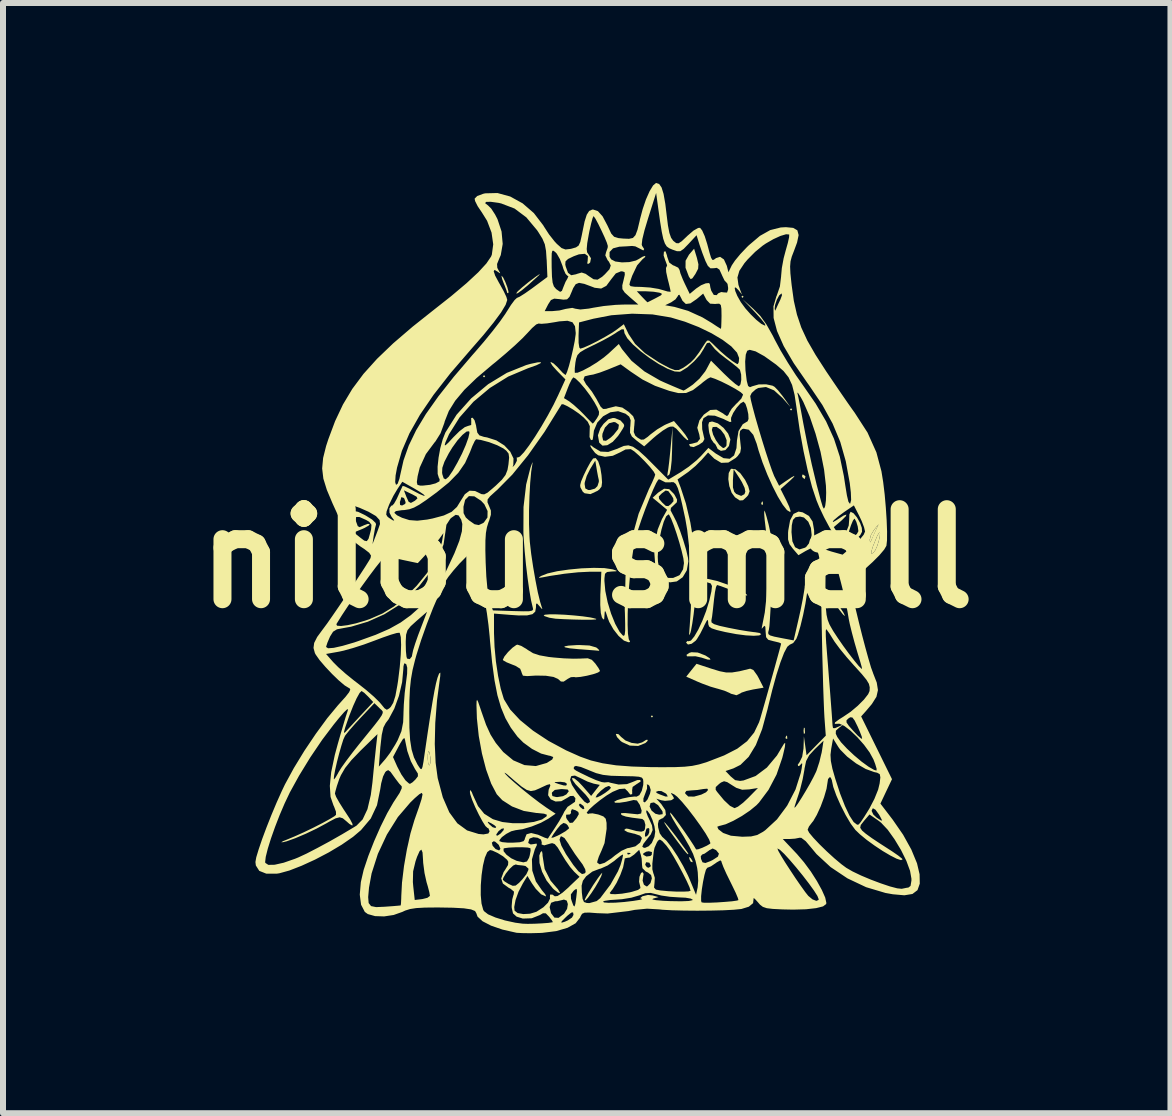
<source format=kicad_pcb>
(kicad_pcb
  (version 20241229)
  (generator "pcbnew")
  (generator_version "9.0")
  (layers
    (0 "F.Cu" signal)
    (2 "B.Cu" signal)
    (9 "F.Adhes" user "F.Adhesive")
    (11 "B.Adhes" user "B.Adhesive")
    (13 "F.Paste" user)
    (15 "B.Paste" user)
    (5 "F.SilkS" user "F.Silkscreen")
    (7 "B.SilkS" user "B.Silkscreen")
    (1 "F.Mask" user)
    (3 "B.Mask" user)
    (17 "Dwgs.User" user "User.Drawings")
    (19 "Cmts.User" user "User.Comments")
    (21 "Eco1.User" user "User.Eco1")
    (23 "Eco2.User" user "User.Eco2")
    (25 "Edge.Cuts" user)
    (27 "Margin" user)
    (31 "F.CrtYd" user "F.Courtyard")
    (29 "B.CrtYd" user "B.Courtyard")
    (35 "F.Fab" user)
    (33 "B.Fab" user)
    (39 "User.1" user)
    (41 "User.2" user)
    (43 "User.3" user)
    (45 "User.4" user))
  (footprint "nilou small"
    (layer "F.Cu")
    (at 6.729 6.258)
    (property "Reference" "nilou small" (at 0 0 0) (layer "F.SilkS") (effects (font (size 1.5 1.5) (thickness 0.3))))
    (attr board_only exclude_from_pos_files exclude_from_bom)
    (fp_poly (pts (xy -1.693 -3.037) (xy -1.712 -3.019) (xy -1.73 -3.037) (xy -1.712 -3.055)) (stroke (width 0) (type solid)) (fill yes) (layer "F.SilkS"))
    (fp_poly (pts (xy 0.589 0.202) (xy 0.571 0.221) (xy 0.552 0.202) (xy 0.571 0.184)) (stroke (width 0) (type solid)) (fill yes) (layer "F.SilkS"))
    (fp_poly (pts (xy 1.104 2.632) (xy 1.086 2.65) (xy 1.068 2.632) (xy 1.086 2.614)) (stroke (width 0) (type solid)) (fill yes) (layer "F.SilkS"))
    (fp_poly (pts (xy 2.614 -4.362) (xy 2.595 -4.344) (xy 2.577 -4.362) (xy 2.595 -4.381)) (stroke (width 0) (type solid)) (fill yes) (layer "F.SilkS"))
    (fp_poly (pts (xy 3.423 -2.485) (xy 3.405 -2.466) (xy 3.387 -2.485) (xy 3.405 -2.503)) (stroke (width 0) (type solid)) (fill yes) (layer "F.SilkS"))
    (fp_poly (pts (xy 2.933 -0.945) (xy 2.937 -0.901) (xy 2.933 -0.896) (xy 2.911 -0.901) (xy 2.908 -0.92) (xy 2.922 -0.951)) (stroke (width 0) (type solid)) (fill yes) (layer "F.SilkS"))
    (fp_poly (pts (xy 3.338 2.957) (xy 3.342 3.001) (xy 3.338 3.006) (xy 3.316 3.001) (xy 3.313 2.982) (xy 3.327 2.951)) (stroke (width 0) (type solid)) (fill yes) (layer "F.SilkS"))
    (fp_poly (pts (xy 3.632 2.825) (xy 3.637 2.901) (xy 3.632 2.917) (xy 3.618 2.922) (xy 3.613 2.871) (xy 3.619 2.819)) (stroke (width 0) (type solid)) (fill yes) (layer "F.SilkS"))
    (fp_poly (pts (xy 4.722 -0.269) (xy 4.716 -0.313) (xy 4.736 -0.391) (xy 4.789 -0.479) (xy 4.864 -0.571) (xy 4.738 -0.294)) (stroke (width 0) (type solid)) (fill yes) (layer "F.SilkS"))
    (fp_poly (pts (xy 1.73 4.992) (xy 1.735 4.997) (xy 1.764 5.045) (xy 1.76 5.063) (xy 1.732 5.052) (xy 1.714 5.017) (xy 1.703 4.974)) (stroke (width 0) (type solid)) (fill yes) (layer "F.SilkS"))
    (fp_poly (pts (xy 4.048 0.542) (xy 4.062 0.569) (xy 4.071 0.621) (xy 4.047 0.611) (xy 4.029 0.587) (xy 4.018 0.538) (xy 4.023 0.53)) (stroke (width 0) (type solid)) (fill yes) (layer "F.SilkS"))
    (fp_poly (pts (xy 3.643 -1.372) (xy 3.644 -1.362) (xy 3.632 -1.326) (xy 3.628 -1.325) (xy 3.597 -1.351) (xy 3.589 -1.362) (xy 3.592 -1.396) (xy 3.605 -1.399)) (stroke (width 0) (type solid)) (fill yes) (layer "F.SilkS"))
    (fp_poly (pts (xy -2.625 3.447) (xy -2.62 3.446) (xy -2.603 3.4) (xy -2.605 3.316) (xy -2.624 3.226) (xy -2.639 3.21) (xy -2.649 3.264) (xy -2.65 3.334) (xy -2.643 3.414)) (stroke (width 0) (type solid)) (fill yes) (layer "F.SilkS"))
    (fp_poly (pts (xy 1.849 1.567) (xy 1.975 1.615) (xy 2.05 1.663) (xy 2.061 1.687) (xy 2.013 1.684) (xy 1.914 1.652) (xy 1.812 1.629) (xy 1.739 1.631) (xy 1.671 1.631) (xy 1.662 1.606) (xy 1.709 1.573) (xy 1.744 1.562)) (stroke (width 0) (type solid)) (fill yes) (layer "F.SilkS"))
    (fp_poly (pts (xy 4.144 0.72) (xy 4.158 0.736) (xy 4.224 0.821) (xy 4.275 0.898) (xy 4.3 0.948) (xy 4.297 0.957) (xy 4.269 0.931) (xy 4.218 0.866) (xy 4.21 0.856) (xy 4.146 0.764) (xy 4.111 0.705) (xy 4.109 0.687)) (stroke (width 0) (type solid)) (fill yes) (layer "F.SilkS"))
    (fp_poly (pts (xy 4.74 -0.077) (xy 4.745 -0.122) (xy 4.77 -0.204) (xy 4.843 -0.382) (xy 4.874 -0.431) (xy 4.888 -0.424) (xy 4.884 -0.369) (xy 4.866 -0.289) (xy 4.839 -0.205) (xy 4.809 -0.139) (xy 4.78 -0.101) (xy 4.743 -0.074)) (stroke (width 0) (type solid)) (fill yes) (layer "F.SilkS"))
    (fp_poly (pts (xy -1.392 -4.681) (xy -1.357 -4.608) (xy -1.324 -4.522) (xy -1.305 -4.45) (xy -1.306 -4.424) (xy -1.325 -4.424) (xy -1.325 -4.425) (xy -1.338 -4.469) (xy -1.37 -4.553) (xy -1.381 -4.579) (xy -1.412 -4.662) (xy -1.421 -4.709) (xy -1.418 -4.712)) (stroke (width 0) (type solid)) (fill yes) (layer "F.SilkS"))
    (fp_poly (pts (xy -0.787 -4.731) (xy -0.813 -4.706) (xy -0.966 -4.567) (xy -1.081 -4.471) (xy -1.153 -4.42) (xy -1.178 -4.417) (xy -1.178 -4.417) (xy -1.151 -4.452) (xy -1.078 -4.518) (xy -0.973 -4.604) (xy -0.929 -4.638) (xy -0.836 -4.707) (xy -0.787 -4.739)) (stroke (width 0) (type solid)) (fill yes) (layer "F.SilkS"))
    (fp_poly (pts (xy 1.422 -1.814) (xy 1.415 -1.631) (xy 1.4 -1.492) (xy 1.381 -1.409) (xy 1.372 -1.394) (xy 1.342 -1.376) (xy 1.347 -1.419) (xy 1.347 -1.421) (xy 1.358 -1.487) (xy 1.373 -1.606) (xy 1.389 -1.758) (xy 1.397 -1.841) (xy 1.43 -2.19)) (stroke (width 0) (type solid)) (fill yes) (layer "F.SilkS"))
    (fp_poly (pts (xy 1.836 -5.009) (xy 1.861 -4.903) (xy 1.856 -4.829) (xy 1.815 -4.75) (xy 1.81 -4.741) (xy 1.761 -4.67) (xy 1.732 -4.656) (xy 1.705 -4.693) (xy 1.702 -4.698) (xy 1.646 -4.845) (xy 1.647 -4.963) (xy 1.704 -5.064) (xy 1.789 -5.163)) (stroke (width 0) (type solid)) (fill yes) (layer "F.SilkS"))
    (fp_poly (pts (xy 0.044 1.45) (xy 0.153 1.481) (xy 0.169 1.49) (xy 0.209 1.528) (xy 0.202 1.538) (xy 0.15 1.533) (xy 0.045 1.525) (xy -0.093 1.514) (xy -0.129 1.512) (xy -0.284 1.497) (xy -0.365 1.48) (xy -0.373 1.465) (xy -0.307 1.452) (xy -0.169 1.443) (xy -0.126 1.442)) (stroke (width 0) (type solid)) (fill yes) (layer "F.SilkS"))
    (fp_poly (pts (xy 0.258 5.24) (xy 0.242 5.293) (xy 0.2 5.377) (xy 0.143 5.475) (xy 0.08 5.572) (xy 0.023 5.651) (xy -0.019 5.697) (xy -0.036 5.695) (xy -0.018 5.652) (xy 0.032 5.565) (xy 0.101 5.453) (xy 0.11 5.439) (xy 0.181 5.334) (xy 0.233 5.263) (xy 0.257 5.238)) (stroke (width 0) (type solid)) (fill yes) (layer "F.SilkS"))
    (fp_poly (pts (xy -0.737 4.925) (xy -0.737 4.951) (xy -0.702 5.175) (xy -0.603 5.369) (xy -0.546 5.436) (xy -0.48 5.512) (xy -0.448 5.565) (xy -0.448 5.577) (xy -0.483 5.566) (xy -0.547 5.516) (xy -0.568 5.495) (xy -0.67 5.367) (xy -0.745 5.22) (xy -0.788 5.075) (xy -0.791 4.951) (xy -0.77 4.893) (xy -0.747 4.875)) (stroke (width 0) (type solid)) (fill yes) (layer "F.SilkS"))
    (fp_poly (pts (xy 1.309 4.409) (xy 1.363 4.473) (xy 1.441 4.573) (xy 1.491 4.638) (xy 1.579 4.758) (xy 1.648 4.853) (xy 1.688 4.911) (xy 1.693 4.921) (xy 1.687 4.93) (xy 1.662 4.909) (xy 1.612 4.849) (xy 1.53 4.741) (xy 1.481 4.676) (xy 1.394 4.557) (xy 1.328 4.462) (xy 1.292 4.403) (xy 1.288 4.393)) (stroke (width 0) (type solid)) (fill yes) (layer "F.SilkS"))
    (fp_poly (pts (xy 0.527 2.927) (xy 0.572 2.973) (xy 0.645 3.033) (xy 0.747 3.073) (xy 0.85 3.086) (xy 0.925 3.064) (xy 0.93 3.06) (xy 0.99 3.023) (xy 1.01 3.02) (xy 1.016 3.038) (xy 0.978 3.075) (xy 0.857 3.124) (xy 0.717 3.118) (xy 0.586 3.058) (xy 0.563 3.04) (xy 0.504 2.976) (xy 0.485 2.929) (xy 0.489 2.923)) (stroke (width 0) (type solid)) (fill yes) (layer "F.SilkS"))
    (fp_poly (pts (xy -0.509 0.931) (xy -0.367 0.937) (xy -0.214 0.949) (xy -0.067 0.964) (xy 0.059 0.982) (xy 0.11 0.993) (xy 0.16 1.007) (xy 0.152 1.016) (xy 0.081 1.02) (xy -0.055 1.021) (xy -0.222 1.017) (xy -0.384 1.011) (xy -0.509 1.004) (xy -0.515 1.004) (xy -0.624 0.987) (xy -0.702 0.961) (xy -0.718 0.951) (xy -0.7 0.937) (xy -0.626 0.931)) (stroke (width 0) (type solid)) (fill yes) (layer "F.SilkS"))
    (fp_poly (pts (xy 2.085 1.839) (xy 2.217 1.879) (xy 2.321 1.899) (xy 2.423 1.899) (xy 2.546 1.879) (xy 2.715 1.838) (xy 2.724 1.836) (xy 2.777 1.859) (xy 2.841 1.948) (xy 2.863 1.988) (xy 2.947 2.153) (xy 2.771 2.183) (xy 2.66 2.208) (xy 2.58 2.235) (xy 2.56 2.248) (xy 2.494 2.279) (xy 2.404 2.254) (xy 2.377 2.239) (xy 2.293 2.203) (xy 2.183 2.17) (xy 2.174 2.168) (xy 2.063 2.136) (xy 1.925 2.085) (xy 1.85 2.054) (xy 1.658 1.969) (xy 1.743 1.862) (xy 1.829 1.755)) (stroke (width 0) (type solid)) (fill yes) (layer "F.SilkS"))
    (fp_poly (pts (xy 2.48 -1.486) (xy 2.56 -1.42) (xy 2.639 -1.31) (xy 2.691 -1.205) (xy 2.714 -1.121) (xy 2.691 -1.057) (xy 2.668 -1.03) (xy 2.604 -0.971) (xy 2.55 -0.967) (xy 2.476 -1.016) (xy 2.469 -1.022) (xy 2.414 -1.097) (xy 2.384 -1.184) (xy 2.436 -1.184) (xy 2.458 -1.111) (xy 2.49 -1.077) (xy 2.573 -1.043) (xy 2.628 -1.072) (xy 2.643 -1.114) (xy 2.631 -1.177) (xy 2.586 -1.272) (xy 2.551 -1.33) (xy 2.448 -1.487) (xy 2.436 -1.306) (xy 2.436 -1.184) (xy 2.384 -1.184) (xy 2.376 -1.205) (xy 2.359 -1.322) (xy 2.366 -1.424) (xy 2.399 -1.489) (xy 2.412 -1.496)) (stroke (width 0) (type solid)) (fill yes) (layer "F.SilkS"))
    (fp_poly (pts (xy 0.47 -2.339) (xy 0.562 -2.301) (xy 0.617 -2.24) (xy 0.624 -2.209) (xy 0.605 -2.17) (xy 0.556 -2.093) (xy 0.522 -2.043) (xy 0.433 -1.944) (xy 0.342 -1.888) (xy 0.262 -1.881) (xy 0.21 -1.928) (xy 0.207 -1.934) (xy 0.189 -2.035) (xy 0.258 -2.035) (xy 0.273 -1.967) (xy 0.32 -1.961) (xy 0.401 -2.017) (xy 0.448 -2.062) (xy 0.525 -2.159) (xy 0.536 -2.229) (xy 0.48 -2.269) (xy 0.452 -2.275) (xy 0.372 -2.254) (xy 0.303 -2.182) (xy 0.262 -2.08) (xy 0.258 -2.035) (xy 0.189 -2.035) (xy 0.186 -2.054) (xy 0.226 -2.169) (xy 0.279 -2.243) (xy 0.36 -2.32) (xy 0.436 -2.342)) (stroke (width 0) (type solid)) (fill yes) (layer "F.SilkS"))
    (fp_poly (pts (xy 2.185 -2.252) (xy 2.279 -2.178) (xy 2.356 -2.082) (xy 2.392 -1.99) (xy 2.393 -1.979) (xy 2.37 -1.875) (xy 2.311 -1.807) (xy 2.236 -1.794) (xy 2.182 -1.825) (xy 2.172 -1.848) (xy 2.145 -1.901) (xy 2.114 -1.93) (xy 2.073 -1.991) (xy 2.042 -2.092) (xy 2.036 -2.127) (xy 2.034 -2.144) (xy 2.085 -2.144) (xy 2.106 -2.064) (xy 2.152 -1.972) (xy 2.209 -1.892) (xy 2.266 -1.845) (xy 2.285 -1.841) (xy 2.321 -1.869) (xy 2.329 -1.887) (xy 2.331 -1.972) (xy 2.294 -2.065) (xy 2.233 -2.145) (xy 2.163 -2.194) (xy 2.099 -2.191) (xy 2.085 -2.144) (xy 2.034 -2.144) (xy 2.026 -2.225) (xy 2.038 -2.27) (xy 2.08 -2.282) (xy 2.096 -2.282)) (stroke (width 0) (type solid)) (fill yes) (layer "F.SilkS"))
    (fp_poly (pts (xy 0.191 -1.619) (xy 0.226 -1.513) (xy 0.246 -1.388) (xy 0.255 -1.269) (xy 0.246 -1.199) (xy 0.212 -1.153) (xy 0.18 -1.128) (xy 0.062 -1.073) (xy -0.035 -1.087) (xy -0.066 -1.112) (xy -0.106 -1.186) (xy -0.11 -1.22) (xy -0.105 -1.242) (xy -0.036 -1.242) (xy -0.024 -1.168) (xy 0.024 -1.142) (xy 0.054 -1.141) (xy 0.137 -1.165) (xy 0.178 -1.206) (xy 0.201 -1.277) (xy 0.201 -1.307) (xy 0.188 -1.365) (xy 0.17 -1.462) (xy 0.166 -1.487) (xy 0.142 -1.631) (xy 0.054 -1.487) (xy -0.001 -1.376) (xy -0.033 -1.27) (xy -0.036 -1.242) (xy -0.105 -1.242) (xy -0.094 -1.285) (xy -0.051 -1.387) (xy 0.005 -1.502) (xy 0.061 -1.604) (xy 0.106 -1.667) (xy 0.107 -1.667) (xy 0.149 -1.674)) (stroke (width 0) (type solid)) (fill yes) (layer "F.SilkS"))
    (fp_poly (pts (xy -1.091 1.457) (xy -1.004 1.509) (xy -0.98 1.526) (xy -0.895 1.578) (xy -0.786 1.614) (xy -0.633 1.641) (xy -0.55 1.65) (xy -0.384 1.664) (xy -0.226 1.67) (xy -0.105 1.668) (xy -0.088 1.667) (xy 0.017 1.663) (xy 0.085 1.689) (xy 0.142 1.75) (xy 0.195 1.825) (xy 0.221 1.874) (xy 0.221 1.876) (xy 0.188 1.9) (xy 0.107 1.928) (xy 0.002 1.954) (xy -0.103 1.973) (xy -0.183 1.98) (xy -0.211 1.975) (xy -0.265 1.978) (xy -0.317 2.006) (xy -0.385 2.052) (xy -0.431 2.05) (xy -0.48 2.007) (xy -0.554 1.974) (xy -0.682 1.954) (xy -0.847 1.951) (xy -0.994 1.96) (xy -1.064 1.953) (xy -1.086 1.903) (xy -1.086 1.896) (xy -1.11 1.837) (xy -1.19 1.788) (xy -1.242 1.768) (xy -1.336 1.73) (xy -1.392 1.698) (xy -1.399 1.688) (xy -1.373 1.634) (xy -1.312 1.559) (xy -1.238 1.487) (xy -1.174 1.441) (xy -1.154 1.436)) (stroke (width 0) (type solid)) (fill yes) (layer "F.SilkS"))
    (fp_poly (pts (xy 1.374 -1.156) (xy 1.453 -1.076) (xy 1.466 -1.056) (xy 1.505 -0.982) (xy 1.501 -0.937) (xy 1.452 -0.89) (xy 1.403 -0.844) (xy 1.397 -0.802) (xy 1.433 -0.733) (xy 1.442 -0.717) (xy 1.495 -0.611) (xy 1.554 -0.464) (xy 1.61 -0.299) (xy 1.657 -0.141) (xy 1.687 -0.011) (xy 1.693 0.049) (xy 1.667 0.198) (xy 1.599 0.312) (xy 1.5 0.382) (xy 1.386 0.398) (xy 1.27 0.353) (xy 1.254 0.341) (xy 1.183 0.24) (xy 1.14 0.09) (xy 1.131 -0.028) (xy 1.183 -0.028) (xy 1.187 0.055) (xy 1.208 0.169) (xy 1.239 0.257) (xy 1.252 0.276) (xy 1.333 0.323) (xy 1.439 0.324) (xy 1.54 0.281) (xy 1.552 0.27) (xy 1.605 0.18) (xy 1.62 0.077) (xy 1.61 -0.003) (xy 1.582 -0.123) (xy 1.543 -0.266) (xy 1.497 -0.415) (xy 1.45 -0.552) (xy 1.407 -0.662) (xy 1.374 -0.726) (xy 1.362 -0.736) (xy 1.323 -0.702) (xy 1.283 -0.612) (xy 1.245 -0.482) (xy 1.213 -0.331) (xy 1.191 -0.173) (xy 1.183 -0.028) (xy 1.131 -0.028) (xy 1.126 -0.093) (xy 1.141 -0.29) (xy 1.183 -0.485) (xy 1.254 -0.659) (xy 1.261 -0.671) (xy 1.339 -0.811) (xy 1.219 -0.912) (xy 1.098 -1.012) (xy 1.121 -1.034) (xy 1.201 -1.034) (xy 1.205 -0.994) (xy 1.257 -0.933) (xy 1.257 -0.933) (xy 1.317 -0.877) (xy 1.359 -0.873) (xy 1.403 -0.906) (xy 1.446 -0.955) (xy 1.441 -1.004) (xy 1.411 -1.053) (xy 1.359 -1.123) (xy 1.315 -1.133) (xy 1.254 -1.088) (xy 1.245 -1.08) (xy 1.201 -1.034) (xy 1.121 -1.034) (xy 1.19 -1.098) (xy 1.289 -1.163)) (stroke (width 0) (type solid)) (fill yes) (layer "F.SilkS"))
    (fp_poly (pts (xy 1.207 -6.241) (xy 1.247 -6.183) (xy 1.28 -6.076) (xy 1.309 -5.911) (xy 1.33 -5.736) (xy 1.353 -5.551) (xy 1.377 -5.426) (xy 1.405 -5.346) (xy 1.441 -5.295) (xy 1.447 -5.29) (xy 1.491 -5.256) (xy 1.53 -5.253) (xy 1.582 -5.287) (xy 1.665 -5.365) (xy 1.678 -5.378) (xy 1.778 -5.464) (xy 1.856 -5.509) (xy 1.888 -5.511) (xy 1.923 -5.468) (xy 1.966 -5.372) (xy 2.006 -5.246) (xy 2.008 -5.239) (xy 2.046 -5.097) (xy 2.072 -5.013) (xy 2.093 -4.977) (xy 2.116 -4.978) (xy 2.149 -5.002) (xy 2.153 -5.006) (xy 2.222 -5.028) (xy 2.286 -4.984) (xy 2.333 -4.881) (xy 2.337 -4.868) (xy 2.361 -4.77) (xy 2.417 -4.886) (xy 2.47 -4.965) (xy 2.56 -5.074) (xy 2.671 -5.191) (xy 2.702 -5.221) (xy 2.886 -5.377) (xy 3.057 -5.473) (xy 3.232 -5.517) (xy 3.319 -5.522) (xy 3.441 -5.51) (xy 3.51 -5.469) (xy 3.531 -5.39) (xy 3.505 -5.266) (xy 3.453 -5.125) (xy 3.417 -5.032) (xy 3.396 -4.953) (xy 3.389 -4.866) (xy 3.394 -4.752) (xy 3.411 -4.589) (xy 3.415 -4.554) (xy 3.451 -4.294) (xy 3.503 -4.065) (xy 3.575 -3.85) (xy 3.676 -3.632) (xy 3.813 -3.394) (xy 3.991 -3.118) (xy 3.993 -3.115) (xy 4.119 -2.929) (xy 4.241 -2.75) (xy 4.348 -2.595) (xy 4.431 -2.477) (xy 4.465 -2.43) (xy 4.679 -2.099) (xy 4.827 -1.769) (xy 4.911 -1.454) (xy 4.94 -1.275) (xy 4.965 -1.068) (xy 4.984 -0.851) (xy 4.998 -0.639) (xy 5.005 -0.451) (xy 5.004 -0.302) (xy 4.994 -0.212) (xy 4.957 -0.149) (xy 4.876 -0.053) (xy 4.764 0.059) (xy 4.685 0.131) (xy 4.566 0.241) (xy 4.472 0.339) (xy 4.414 0.411) (xy 4.402 0.44) (xy 4.415 0.529) (xy 4.444 0.673) (xy 4.485 0.856) (xy 4.535 1.063) (xy 4.589 1.279) (xy 4.644 1.487) (xy 4.695 1.671) (xy 4.738 1.817) (xy 4.771 1.907) (xy 4.771 1.909) (xy 4.833 2.068) (xy 4.853 2.193) (xy 4.828 2.304) (xy 4.752 2.425) (xy 4.655 2.54) (xy 4.573 2.632) (xy 4.83 3.155) (xy 5.087 3.678) (xy 4.99 3.882) (xy 4.894 4.085) (xy 5.099 4.353) (xy 5.272 4.603) (xy 5.409 4.85) (xy 5.504 5.08) (xy 5.547 5.263) (xy 5.55 5.419) (xy 5.512 5.527) (xy 5.428 5.591) (xy 5.293 5.613) (xy 5.101 5.596) (xy 4.978 5.574) (xy 4.656 5.478) (xy 4.345 5.331) (xy 4.064 5.143) (xy 3.829 4.926) (xy 3.752 4.833) (xy 3.649 4.711) (xy 3.575 4.655) (xy 3.546 4.654) (xy 3.47 4.669) (xy 3.379 4.675) (xy 3.267 4.675) (xy 3.504 4.926) (xy 3.62 5.062) (xy 3.734 5.216) (xy 3.836 5.376) (xy 3.918 5.525) (xy 3.974 5.651) (xy 3.993 5.739) (xy 3.99 5.759) (xy 3.938 5.798) (xy 3.823 5.827) (xy 3.653 5.846) (xy 3.439 5.852) (xy 3.257 5.848) (xy 3.101 5.84) (xy 3 5.828) (xy 2.935 5.806) (xy 2.887 5.769) (xy 2.848 5.724) (xy 2.798 5.669) (xy 2.777 5.661) (xy 2.78 5.672) (xy 2.772 5.744) (xy 2.701 5.803) (xy 2.578 5.841) (xy 2.569 5.842) (xy 2.449 5.854) (xy 2.276 5.863) (xy 2.067 5.868) (xy 1.842 5.87) (xy 1.62 5.868) (xy 1.421 5.863) (xy 1.263 5.854) (xy 1.211 5.848) (xy 1.005 5.836) (xy 0.799 5.856) (xy 0.695 5.876) (xy 0.347 5.917) (xy 0.174 5.911) (xy 0.042 5.901) (xy -0.036 5.903) (xy -0.078 5.921) (xy -0.102 5.961) (xy -0.111 5.984) (xy -0.185 6.079) (xy -0.321 6.155) (xy -0.51 6.21) (xy -0.742 6.239) (xy -0.788 6.241) (xy -0.942 6.245) (xy -1.076 6.243) (xy -1.168 6.238) (xy -1.178 6.236) (xy -1.406 6.184) (xy -1.595 6.119) (xy -1.736 6.046) (xy -1.82 5.969) (xy -1.841 5.911) (xy -1.862 5.875) (xy -1.929 5.848) (xy -2.049 5.83) (xy -2.229 5.82) (xy -2.475 5.816) (xy -2.5 5.816) (xy -2.699 5.818) (xy -2.841 5.826) (xy -2.945 5.842) (xy -3.027 5.868) (xy -3.074 5.89) (xy -3.218 5.941) (xy -3.377 5.965) (xy -3.528 5.96) (xy -3.649 5.926) (xy -3.699 5.89) (xy -3.761 5.771) (xy -3.778 5.643) (xy -3.643 5.643) (xy -3.635 5.742) (xy -3.595 5.793) (xy -3.511 5.81) (xy -3.373 5.804) (xy -3.359 5.803) (xy -3.233 5.794) (xy -3.141 5.786) (xy -3.101 5.782) (xy -3.101 5.782) (xy -3.096 5.748) (xy -3.092 5.664) (xy -3.091 5.623) (xy -3.079 5.394) (xy -3.078 5.391) (xy -2.898 5.391) (xy -2.892 5.462) (xy -2.867 5.691) (xy -2.74 5.676) (xy -2.656 5.655) (xy -2.615 5.624) (xy -2.614 5.619) (xy -2.616 5.609) (xy -1.767 5.609) (xy -1.754 5.751) (xy -1.726 5.854) (xy -1.713 5.877) (xy -1.645 5.93) (xy -1.522 5.983) (xy -1.364 6.032) (xy -1.19 6.07) (xy -1.068 6.086) (xy -0.985 6.089) (xy -0.87 6.087) (xy -0.746 6.081) (xy -0.64 6.073) (xy -0.626 6.071) (xy -0.423 6.071) (xy -0.367 6.054) (xy -0.315 6.031) (xy -0.246 5.984) (xy -0.221 5.939) (xy -0.228 5.898) (xy -0.257 5.901) (xy -0.321 5.952) (xy -0.353 5.982) (xy -0.418 6.047) (xy -0.423 6.071) (xy -0.626 6.071) (xy -0.573 6.063) (xy -0.565 6.06) (xy -0.58 6.032) (xy -0.627 5.971) (xy -0.627 5.971) (xy -0.682 5.914) (xy -0.729 5.912) (xy -0.781 5.942) (xy -0.917 5.996) (xy -1.065 6.001) (xy -1.169 5.969) (xy -1.229 5.915) (xy -1.25 5.824) (xy -1.251 5.809) (xy -1.209 5.809) (xy -1.203 5.869) (xy -1.152 5.909) (xy -1.058 5.926) (xy -0.945 5.92) (xy -0.84 5.888) (xy -0.835 5.885) (xy -0.725 5.814) (xy -0.72 5.81) (xy -0.619 5.81) (xy -0.595 5.911) (xy -0.539 5.985) (xy -0.47 5.989) (xy -0.382 5.923) (xy -0.376 5.916) (xy -0.328 5.839) (xy -0.315 5.76) (xy -0.333 5.702) (xy -0.381 5.684) (xy -0.401 5.69) (xy -0.491 5.711) (xy -0.527 5.713) (xy -0.595 5.738) (xy -0.619 5.81) (xy -0.72 5.81) (xy -0.646 5.736) (xy -0.612 5.667) (xy -0.614 5.647) (xy -0.612 5.602) (xy -0.571 5.602) (xy -0.532 5.63) (xy -0.487 5.625) (xy -0.446 5.598) (xy -0.265 5.598) (xy -0.263 5.669) (xy -0.25 5.711) (xy -0.223 5.784) (xy -0.204 5.8) (xy -0.19 5.754) (xy -0.174 5.641) (xy -0.174 5.638) (xy -0.163 5.542) (xy -0.169 5.506) (xy -0.197 5.519) (xy -0.221 5.54) (xy -0.265 5.598) (xy -0.446 5.598) (xy -0.402 5.568) (xy -0.308 5.485) (xy -0.276 5.453) (xy -0.086 5.453) (xy -0.082 5.568) (xy -0.069 5.673) (xy -0.046 5.725) (xy 0.000216 5.741) (xy 0.044 5.743) (xy 0.138 5.717) (xy 0.271 5.717) (xy 0.286 5.732) (xy 0.358 5.738) (xy 0.475 5.736) (xy 0.62 5.725) (xy 0.773 5.707) (xy 0.872 5.691) (xy 0.924 5.679) (xy 0.92 5.673) (xy 0.89 5.661) (xy 0.924 5.632) (xy 0.932 5.628) (xy 1.02 5.607) (xy 1.098 5.616) (xy 1.196 5.643) (xy 1.104 5.669) (xy 1.093 5.682) (xy 1.151 5.694) (xy 1.275 5.705) (xy 1.39 5.71) (xy 1.573 5.713) (xy 1.699 5.708) (xy 1.705 5.707) (xy 1.906 5.707) (xy 1.914 5.731) (xy 1.955 5.737) (xy 2.049 5.737) (xy 2.172 5.732) (xy 2.303 5.723) (xy 2.421 5.713) (xy 2.503 5.701) (xy 2.528 5.693) (xy 2.518 5.657) (xy 2.482 5.571) (xy 2.424 5.451) (xy 2.394 5.39) (xy 2.327 5.254) (xy 2.276 5.14) (xy 2.248 5.065) (xy 2.246 5.051) (xy 2.227 5.03) (xy 2.168 5.063) (xy 2.149 5.077) (xy 2.07 5.13) (xy 2.011 5.154) (xy 2.009 5.154) (xy 1.986 5.187) (xy 1.962 5.272) (xy 1.938 5.388) (xy 1.918 5.513) (xy 1.906 5.627) (xy 1.906 5.707) (xy 1.705 5.707) (xy 1.761 5.695) (xy 1.767 5.687) (xy 1.733 5.668) (xy 1.646 5.653) (xy 1.537 5.648) (xy 1.387 5.638) (xy 1.243 5.617) (xy 1.167 5.598) (xy 1.064 5.573) (xy 0.976 5.579) (xy 0.873 5.615) (xy 0.743 5.653) (xy 0.587 5.678) (xy 0.508 5.684) (xy 0.389 5.692) (xy 0.301 5.705) (xy 0.271 5.717) (xy 0.138 5.717) (xy 0.166 5.709) (xy 0.225 5.66) (xy 0.289 5.575) (xy 0.382 5.575) (xy 0.4 5.592) (xy 0.475 5.595) (xy 0.587 5.586) (xy 0.721 5.563) (xy 0.756 5.554) (xy 0.856 5.523) (xy 0.895 5.492) (xy 0.889 5.459) (xy 0.872 5.387) (xy 0.878 5.305) (xy 0.904 5.242) (xy 0.929 5.227) (xy 0.948 5.255) (xy 0.942 5.288) (xy 0.931 5.369) (xy 0.952 5.436) (xy 0.995 5.465) (xy 1.011 5.462) (xy 1.062 5.41) (xy 1.085 5.33) (xy 1.072 5.275) (xy 1.021 5.234) (xy 0.982 5.215) (xy 0.947 5.18) (xy 1.093 5.18) (xy 1.111 5.251) (xy 1.114 5.255) (xy 1.134 5.322) (xy 1.129 5.409) (xy 1.121 5.484) (xy 1.152 5.518) (xy 1.225 5.532) (xy 1.352 5.544) (xy 1.486 5.551) (xy 1.607 5.552) (xy 1.695 5.548) (xy 1.73 5.538) (xy 1.73 5.538) (xy 1.713 5.48) (xy 1.666 5.376) (xy 1.6 5.245) (xy 1.524 5.102) (xy 1.447 4.966) (xy 1.378 4.854) (xy 1.328 4.786) (xy 1.258 4.709) (xy 1.218 4.683) (xy 1.189 4.701) (xy 1.17 4.73) (xy 1.129 4.822) (xy 1.117 4.878) (xy 1.107 4.965) (xy 1.094 5.076) (xy 1.093 5.08) (xy 1.093 5.18) (xy 0.947 5.18) (xy 0.928 5.161) (xy 0.921 5.108) (xy 0.921 5.105) (xy 0.973 5.105) (xy 1.002 5.145) (xy 1.033 5.154) (xy 1.067 5.129) (xy 1.068 5.123) (xy 1.044 5.07) (xy 0.994 5.062) (xy 0.988 5.065) (xy 0.973 5.105) (xy 0.921 5.105) (xy 0.915 5.003) (xy 0.901 4.94) (xy 0.9 4.937) (xy 0.941 4.937) (xy 0.995 4.967) (xy 1.06 4.958) (xy 1.083 4.938) (xy 1.086 4.892) (xy 1.034 4.879) (xy 0.992 4.886) (xy 0.943 4.914) (xy 0.941 4.937) (xy 0.9 4.937) (xy 0.874 4.855) (xy 0.789 4.935) (xy 0.719 4.983) (xy 0.667 4.99) (xy 0.665 4.99) (xy 0.634 4.999) (xy 0.625 5.05) (xy 0.606 5.147) (xy 0.559 5.275) (xy 0.497 5.406) (xy 0.432 5.511) (xy 0.416 5.53) (xy 0.382 5.575) (xy 0.289 5.575) (xy 0.395 5.435) (xy 0.52 5.213) (xy 0.563 5.108) (xy 0.592 5.008) (xy 0.604 4.945) (xy 0.601 4.933) (xy 0.563 4.955) (xy 0.492 5.011) (xy 0.457 5.041) (xy 0.348 5.116) (xy 0.234 5.167) (xy 0.207 5.174) (xy 0.093 5.218) (xy -0.007 5.294) (xy -0.009 5.295) (xy -0.065 5.371) (xy -0.086 5.453) (xy -0.276 5.453) (xy -0.12 5.305) (xy -0.21 5.22) (xy -0.277 5.142) (xy -0.358 5.026) (xy -0.417 4.929) (xy -0.485 4.816) (xy -0.534 4.759) (xy -0.577 4.744) (xy -0.607 4.751) (xy -0.709 4.781) (xy -0.753 4.766) (xy -0.75 4.732) (xy -0.762 4.687) (xy -0.454 4.687) (xy -0.423 4.786) (xy -0.347 4.926) (xy -0.228 5.102) (xy -0.224 5.108) (xy -0.139 5.213) (xy -0.079 5.259) (xy -0.035 5.248) (xy -0.018 5.227) (xy -0.026 5.179) (xy -0.07 5.098) (xy -0.108 5.047) (xy -0.198 4.923) (xy -0.285 4.789) (xy -0.305 4.755) (xy -0.371 4.659) (xy -0.422 4.63) (xy -0.437 4.636) (xy -0.454 4.687) (xy -0.762 4.687) (xy -0.762 4.685) (xy -0.819 4.654) (xy -0.89 4.645) (xy -0.949 4.666) (xy -0.959 4.678) (xy -0.976 4.741) (xy -0.934 4.766) (xy -0.883 4.759) (xy -0.836 4.751) (xy -0.831 4.775) (xy -0.865 4.846) (xy -0.914 5.014) (xy -0.908 5.202) (xy -0.848 5.383) (xy -0.748 5.528) (xy -0.694 5.593) (xy -0.678 5.628) (xy -0.683 5.631) (xy -0.761 5.596) (xy -0.85 5.505) (xy -0.913 5.415) (xy -0.989 5.29) (xy -1.065 5.415) (xy -1.137 5.553) (xy -1.187 5.692) (xy -1.209 5.809) (xy -1.251 5.809) (xy -1.251 5.787) (xy -1.242 5.682) (xy -1.221 5.605) (xy -1.217 5.598) (xy -1.213 5.552) (xy -1.269 5.505) (xy -1.301 5.488) (xy -1.398 5.417) (xy -1.419 5.354) (xy -1.399 5.354) (xy -1.37 5.382) (xy -1.301 5.425) (xy -1.298 5.426) (xy -1.234 5.455) (xy -1.185 5.451) (xy -1.129 5.406) (xy -1.075 5.349) (xy -1.007 5.263) (xy -0.973 5.191) (xy -0.972 5.168) (xy -1.021 5.125) (xy -1.063 5.117) (xy -1.15 5.108) (xy -1.184 5.099) (xy -1.226 5.117) (xy -1.288 5.175) (xy -1.349 5.251) (xy -1.391 5.323) (xy -1.399 5.354) (xy -1.419 5.354) (xy -1.426 5.333) (xy -1.386 5.226) (xy -1.361 5.189) (xy -1.312 5.108) (xy -1.308 5.054) (xy -1.328 5.021) (xy -1.394 4.964) (xy -1.487 4.907) (xy -1.575 4.867) (xy -1.613 4.859) (xy -1.658 4.893) (xy -1.698 4.985) (xy -1.73 5.118) (xy -1.753 5.277) (xy -1.766 5.446) (xy -1.767 5.609) (xy -2.616 5.609) (xy -2.624 5.562) (xy -2.65 5.462) (xy -2.67 5.395) (xy -2.704 5.242) (xy -2.726 5.074) (xy -2.729 5.019) (xy -2.737 4.899) (xy -2.756 4.852) (xy -2.785 4.875) (xy -2.828 4.971) (xy -2.854 5.047) (xy -2.894 5.214) (xy -2.898 5.391) (xy -3.078 5.391) (xy -3.046 5.126) (xy -2.997 4.845) (xy -2.972 4.735) (xy -1.582 4.735) (xy -1.569 4.787) (xy -1.519 4.843) (xy -1.518 4.843) (xy -1.46 4.866) (xy -1.439 4.838) (xy -1.44 4.835) (xy -1.387 4.835) (xy -1.386 4.878) (xy -1.338 4.937) (xy -1.259 4.996) (xy -1.17 5.038) (xy -1.163 5.04) (xy -1.056 5.064) (xy -0.997 5.049) (xy -0.962 4.988) (xy -0.951 4.951) (xy -0.936 4.87) (xy -0.939 4.828) (xy -0.985 4.817) (xy -1.078 4.812) (xy -1.191 4.813) (xy -1.298 4.818) (xy -1.371 4.828) (xy -1.387 4.835) (xy -1.44 4.835) (xy -1.465 4.776) (xy -1.473 4.766) (xy -1.526 4.72) (xy -1.551 4.712) (xy -1.582 4.735) (xy -2.972 4.735) (xy -2.963 4.693) (xy -1.455 4.693) (xy -1.454 4.711) (xy -1.41 4.727) (xy -1.316 4.736) (xy -1.233 4.736) (xy -1.115 4.729) (xy -1.053 4.711) (xy -1.032 4.678) (xy -1.031 4.665) (xy -1.003 4.596) (xy -0.927 4.575) (xy -0.813 4.603) (xy -0.784 4.616) (xy -0.7 4.653) (xy -0.652 4.668) (xy -0.648 4.667) (xy -0.639 4.654) (xy -0.589 4.654) (xy -0.56 4.651) (xy -0.487 4.62) (xy -0.442 4.597) (xy -0.353 4.545) (xy -0.301 4.503) (xy -0.294 4.492) (xy -0.319 4.446) (xy -0.345 4.421) (xy -0.387 4.407) (xy -0.438 4.442) (xy -0.492 4.506) (xy -0.551 4.588) (xy -0.586 4.644) (xy -0.589 4.654) (xy -0.639 4.654) (xy -0.627 4.634) (xy -0.576 4.558) (xy -0.532 4.491) (xy -0.458 4.375) (xy -0.425 4.316) (xy -0.344 4.316) (xy -0.331 4.344) (xy -0.283 4.407) (xy -0.233 4.402) (xy -0.171 4.328) (xy -0.17 4.327) (xy -0.132 4.26) (xy -0.141 4.224) (xy -0.184 4.197) (xy -0.247 4.177) (xy -0.265 4.215) (xy -0.262 4.243) (xy -0.283 4.266) (xy -0.285 4.266) (xy -0.344 4.27) (xy -0.344 4.316) (xy -0.425 4.316) (xy -0.396 4.264) (xy -0.375 4.22) (xy -0.32 4.139) (xy -0.272 4.107) (xy -0.132 4.107) (xy -0.11 4.142) (xy -0.062 4.18) (xy -0.039 4.168) (xy -0.054 4.125) (xy -0.104 4.088) (xy -0.117 4.086) (xy -0.132 4.107) (xy -0.272 4.107) (xy -0.257 4.097) (xy -0.196 4.055) (xy -0.189 3.995) (xy -0.223 3.956) (xy -0.277 3.959) (xy -0.327 3.99) (xy -0.424 4.045) (xy -0.52 4.05) (xy -0.6 4.014) (xy -0.644 3.946) (xy -0.641 3.911) (xy -0.582 3.911) (xy -0.573 3.959) (xy -0.512 3.975) (xy -0.489 3.976) (xy -0.396 3.961) (xy -0.339 3.931) (xy -0.299 3.878) (xy -0.319 3.85) (xy -0.406 3.843) (xy -0.432 3.843) (xy -0.533 3.857) (xy -0.578 3.898) (xy -0.582 3.911) (xy -0.641 3.911) (xy -0.635 3.854) (xy -0.632 3.846) (xy -0.607 3.785) (xy -0.614 3.761) (xy -0.663 3.773) (xy -0.765 3.82) (xy -0.781 3.828) (xy -0.864 3.864) (xy -0.932 3.876) (xy -1 3.857) (xy -1.084 3.803) (xy -1.167 3.734) (xy -0.536 3.734) (xy -0.48 3.754) (xy -0.479 3.755) (xy -0.385 3.782) (xy -0.343 3.784) (xy -0.331 3.76) (xy -0.331 3.755) (xy -0.363 3.731) (xy -0.442 3.721) (xy -0.451 3.722) (xy -0.528 3.726) (xy -0.536 3.734) (xy -1.167 3.734) (xy -1.2 3.707) (xy -1.222 3.688) (xy -0.278 3.688) (xy -0.247 3.774) (xy -0.165 3.9) (xy -0.114 3.966) (xy -0.038 4.053) (xy 0.011 4.083) (xy 0.046 4.063) (xy 0.054 4.052) (xy 0.04 4.011) (xy 0.016 3.98) (xy 0.147 3.98) (xy 0.173 3.981) (xy 0.234 3.952) (xy 0.307 3.906) (xy 0.371 3.858) (xy 0.403 3.822) (xy 0.403 3.819) (xy 0.376 3.793) (xy 0.361 3.792) (xy 0.306 3.815) (xy 0.235 3.871) (xy 0.173 3.934) (xy 0.147 3.98) (xy 0.016 3.98) (xy -0.017 3.938) (xy -0.1 3.852) (xy -0.185 3.764) (xy -0.237 3.693) (xy -0.245 3.656) (xy -0.207 3.665) (xy -0.139 3.72) (xy -0.071 3.792) (xy 0.073 3.957) (xy 0.145 3.865) (xy 0.217 3.773) (xy 0.115 3.752) (xy 0.011 3.717) (xy -0.099 3.663) (xy -0.103 3.661) (xy -0.196 3.618) (xy -0.252 3.625) (xy -0.261 3.633) (xy -0.278 3.688) (xy -1.222 3.688) (xy -1.264 3.651) (xy -1.336 3.59) (xy -1.37 3.569) (xy -1.362 3.586) (xy -1.302 3.648) (xy -1.198 3.74) (xy -1.068 3.85) (xy -0.926 3.964) (xy -0.79 4.068) (xy -0.675 4.15) (xy -0.66 4.16) (xy -0.519 4.253) (xy -0.643 4.338) (xy -0.765 4.405) (xy -0.917 4.466) (xy -1.068 4.511) (xy -1.187 4.528) (xy -1.259 4.546) (xy -1.342 4.59) (xy -1.415 4.644) (xy -1.455 4.693) (xy -2.963 4.693) (xy -2.945 4.612) (xy -1.509 4.612) (xy -1.487 4.619) (xy -1.435 4.583) (xy -1.387 4.528) (xy -1.379 4.498) (xy -1.417 4.503) (xy -1.469 4.543) (xy -1.505 4.594) (xy -1.509 4.612) (xy -2.945 4.612) (xy -2.938 4.581) (xy -2.873 4.362) (xy -2.87 4.353) (xy -2.799 4.151) (xy -2.754 4.012) (xy -2.737 3.932) (xy -2.749 3.906) (xy -2.791 3.929) (xy -2.866 3.994) (xy -2.941 4.067) (xy -3.148 4.309) (xy -3.331 4.601) (xy -3.481 4.922) (xy -3.586 5.249) (xy -3.629 5.484) (xy -3.643 5.643) (xy -3.778 5.643) (xy -3.783 5.601) (xy -3.765 5.392) (xy -3.718 5.189) (xy -3.641 4.959) (xy -3.544 4.712) (xy -3.436 4.467) (xy -3.326 4.245) (xy -3.223 4.066) (xy -3.185 4.008) (xy -3.119 3.907) (xy -3.084 3.83) (xy -3.084 3.796) (xy -3.125 3.753) (xy -3.186 3.673) (xy -3.212 3.637) (xy -3.271 3.555) (xy -3.309 3.527) (xy -3.343 3.544) (xy -3.36 3.563) (xy -3.395 3.633) (xy -3.426 3.747) (xy -3.442 3.847) (xy -3.496 4.112) (xy -3.6 4.334) (xy -3.763 4.527) (xy -3.895 4.639) (xy -4.083 4.769) (xy -4.299 4.898) (xy -4.528 5.018) (xy -4.753 5.121) (xy -4.956 5.2) (xy -5.123 5.246) (xy -5.168 5.253) (xy -5.342 5.252) (xy -5.458 5.206) (xy -5.515 5.116) (xy -5.522 5.058) (xy -5.36 5.058) (xy -5.357 5.073) (xy -5.307 5.106) (xy -5.202 5.104) (xy -5.051 5.07) (xy -4.864 5.005) (xy -4.81 4.983) (xy -4.672 4.919) (xy -4.492 4.826) (xy -4.288 4.716) (xy -4.079 4.597) (xy -3.886 4.482) (xy -3.837 4.452) (xy -3.735 4.348) (xy -3.655 4.178) (xy -3.599 3.94) (xy -3.572 3.733) (xy -3.554 3.546) (xy -3.546 3.468) (xy -3.465 3.468) (xy -3.357 3.344) (xy -3.33 3.309) (xy -3.229 3.309) (xy -3.159 3.467) (xy -3.09 3.599) (xy -3.021 3.698) (xy -2.961 3.751) (xy -2.945 3.755) (xy -2.904 3.73) (xy -2.855 3.683) (xy -2.814 3.63) (xy -2.815 3.584) (xy -2.859 3.514) (xy -2.863 3.508) (xy -2.932 3.378) (xy -2.991 3.208) (xy -3.027 3.034) (xy -3.027 3.028) (xy -3.039 2.992) (xy -3.063 3.008) (xy -3.108 3.081) (xy -3.133 3.127) (xy -3.229 3.309) (xy -3.33 3.309) (xy -3.277 3.238) (xy -3.193 3.103) (xy -3.152 3.029) (xy -3.089 2.878) (xy -3.06 2.728) (xy -3.055 2.598) (xy -3.054 2.558) (xy -2.958 2.558) (xy -2.956 2.821) (xy -2.944 3.025) (xy -2.919 3.185) (xy -2.88 3.315) (xy -2.823 3.43) (xy -2.804 3.46) (xy -2.775 3.503) (xy -2.754 3.511) (xy -2.738 3.475) (xy -2.721 3.385) (xy -2.714 3.334) (xy -2.65 3.334) (xy -2.643 3.414) (xy -2.625 3.447) (xy -2.62 3.446) (xy -2.603 3.4) (xy -2.605 3.316) (xy -2.606 3.315) (xy -2.624 3.226) (xy -2.639 3.21) (xy -2.649 3.264) (xy -2.65 3.334) (xy -2.714 3.334) (xy -2.703 3.258) (xy -2.651 2.903) (xy -2.607 2.614) (xy -2.57 2.385) (xy -2.539 2.209) (xy -2.512 2.079) (xy -2.488 1.988) (xy -2.466 1.929) (xy -2.458 1.914) (xy -2.44 1.902) (xy -2.442 1.96) (xy -2.446 1.989) (xy -2.496 2.368) (xy -2.525 2.741) (xy -2.533 3.092) (xy -2.519 3.404) (xy -2.484 3.663) (xy -2.483 3.665) (xy -2.399 3.981) (xy -2.291 4.23) (xy -2.157 4.413) (xy -1.994 4.532) (xy -1.802 4.591) (xy -1.721 4.598) (xy -1.64 4.583) (xy -1.62 4.546) (xy -1.638 4.497) (xy -1.654 4.491) (xy -1.688 4.46) (xy -1.726 4.4) (xy -1.648 4.4) (xy -1.624 4.43) (xy -1.569 4.478) (xy -1.523 4.492) (xy -1.509 4.474) (xy -1.538 4.446) (xy -1.592 4.413) (xy -1.648 4.386) (xy -1.648 4.4) (xy -1.726 4.4) (xy -1.739 4.379) (xy -1.8 4.266) (xy -1.86 4.142) (xy -1.91 4.023) (xy -1.942 3.928) (xy -1.948 3.888) (xy -1.94 3.857) (xy -1.916 3.895) (xy -1.896 3.945) (xy -1.812 4.127) (xy -1.709 4.254) (xy -1.572 4.34) (xy -1.554 4.348) (xy -1.406 4.392) (xy -1.23 4.412) (xy -1.049 4.412) (xy -0.881 4.39) (xy -0.746 4.35) (xy -0.67 4.297) (xy -0.665 4.27) (xy -0.712 4.253) (xy -0.821 4.242) (xy -0.841 4.241) (xy -1.05 4.207) (xy -1.246 4.132) (xy -1.408 4.028) (xy -1.5 3.929) (xy -1.593 3.752) (xy -1.677 3.519) (xy -1.685 3.489) (xy -0.218 3.489) (xy -0.214 3.508) (xy -0.18 3.534) (xy -0.105 3.573) (xy 0.023 3.635) (xy 0.032 3.64) (xy 0.153 3.693) (xy 0.249 3.726) (xy 0.3 3.733) (xy 0.301 3.732) (xy 0.36 3.727) (xy 0.397 3.738) (xy 0.531 3.767) (xy 0.67 3.76) (xy 0.763 3.725) (xy 0.841 3.693) (xy 0.892 3.691) (xy 0.899 3.716) (xy 0.843 3.753) (xy 0.837 3.756) (xy 0.764 3.807) (xy 0.755 3.868) (xy 0.757 3.871) (xy 0.757 3.927) (xy 0.725 3.934) (xy 0.688 3.888) (xy 0.686 3.884) (xy 0.636 3.835) (xy 0.543 3.842) (xy 0.431 3.889) (xy 0.333 3.948) (xy 0.224 4.026) (xy 0.121 4.109) (xy 0.041 4.182) (xy 0.001 4.233) (xy 0 4.24) (xy 0.023 4.258) (xy 0.038 4.251) (xy 0.095 4.247) (xy 0.186 4.265) (xy 0.203 4.27) (xy 0.278 4.299) (xy 0.316 4.337) (xy 0.33 4.406) (xy 0.331 4.506) (xy 0.296 4.744) (xy 0.247 4.866) (xy 0.201 4.969) (xy 0.176 5.047) (xy 0.175 5.071) (xy 0.216 5.097) (xy 0.297 5.072) (xy 0.409 4.999) (xy 0.473 4.947) (xy 0.528 4.908) (xy 0.675 4.908) (xy 0.68 4.93) (xy 0.699 4.933) (xy 0.73 4.919) (xy 0.724 4.908) (xy 0.68 4.904) (xy 0.675 4.908) (xy 0.528 4.908) (xy 0.578 4.872) (xy 0.676 4.828) (xy 0.712 4.822) (xy 0.784 4.804) (xy 0.925 4.804) (xy 0.952 4.821) (xy 0.973 4.822) (xy 1.033 4.795) (xy 1.084 4.741) (xy 1.128 4.64) (xy 1.141 4.553) (xy 1.128 4.462) (xy 1.095 4.357) (xy 1.053 4.263) (xy 1.011 4.205) (xy 0.994 4.197) (xy 0.991 4.225) (xy 1.017 4.297) (xy 1.035 4.333) (xy 1.087 4.447) (xy 1.098 4.526) (xy 1.067 4.599) (xy 1.012 4.668) (xy 0.944 4.756) (xy 0.925 4.804) (xy 0.784 4.804) (xy 0.811 4.797) (xy 0.89 4.734) (xy 0.92 4.657) (xy 0.896 4.629) (xy 0.97 4.629) (xy 0.986 4.638) (xy 1.023 4.608) (xy 1.041 4.565) (xy 1.043 4.506) (xy 1.027 4.491) (xy 0.994 4.504) (xy 0.994 4.506) (xy 0.982 4.55) (xy 0.972 4.58) (xy 0.97 4.629) (xy 0.896 4.629) (xy 0.887 4.619) (xy 0.799 4.588) (xy 0.773 4.583) (xy 0.681 4.56) (xy 0.63 4.531) (xy 0.626 4.522) (xy 0.654 4.501) (xy 0.69 4.505) (xy 0.826 4.542) (xy 0.908 4.553) (xy 0.952 4.539) (xy 0.969 4.512) (xy 0.977 4.439) (xy 0.958 4.369) (xy 0.926 4.341) (xy 0.759 4.32) (xy 0.652 4.301) (xy 0.591 4.28) (xy 0.571 4.264) (xy 0.573 4.244) (xy 0.64 4.242) (xy 0.727 4.251) (xy 0.847 4.263) (xy 0.906 4.25) (xy 0.915 4.202) (xy 0.893 4.134) (xy 1.047 4.134) (xy 1.08 4.201) (xy 1.144 4.254) (xy 1.207 4.27) (xy 1.265 4.261) (xy 1.264 4.221) (xy 1.255 4.203) (xy 1.189 4.111) (xy 1.12 4.065) (xy 1.064 4.075) (xy 1.063 4.076) (xy 1.047 4.134) (xy 0.893 4.134) (xy 0.885 4.108) (xy 0.883 4.104) (xy 0.836 4.033) (xy 0.782 4.025) (xy 0.657 4.054) (xy 0.549 4.07) (xy 0.476 4.071) (xy 0.456 4.056) (xy 0.457 4.055) (xy 0.503 4.028) (xy 0.594 4.001) (xy 0.597 4) (xy 0.944 4) (xy 0.944 4.054) (xy 0.968 4.065) (xy 1.009 4.02) (xy 1.016 4.008) (xy 1.018 4.003) (xy 1.16 4.003) (xy 1.242 4.093) (xy 1.309 4.192) (xy 1.319 4.274) (xy 1.27 4.327) (xy 1.251 4.333) (xy 1.201 4.361) (xy 1.186 4.424) (xy 1.19 4.482) (xy 1.215 4.578) (xy 1.259 4.641) (xy 1.264 4.644) (xy 1.33 4.705) (xy 1.416 4.816) (xy 1.512 4.961) (xy 1.606 5.123) (xy 1.688 5.286) (xy 1.719 5.357) (xy 1.821 5.605) (xy 1.848 5.481) (xy 1.857 5.371) (xy 1.85 5.231) (xy 1.84 5.158) (xy 1.813 5.04) (xy 1.785 4.962) (xy 1.9 4.962) (xy 1.904 5.006) (xy 1.929 5.063) (xy 1.977 5.075) (xy 2.062 5.043) (xy 2.1 5.024) (xy 2.185 4.969) (xy 2.203 4.919) (xy 2.157 4.862) (xy 2.153 4.859) (xy 2.103 4.835) (xy 3.178 4.835) (xy 3.191 4.87) (xy 3.236 4.95) (xy 3.306 5.064) (xy 3.391 5.195) (xy 3.481 5.331) (xy 3.568 5.457) (xy 3.642 5.56) (xy 3.692 5.623) (xy 3.762 5.681) (xy 3.826 5.706) (xy 3.863 5.691) (xy 3.865 5.678) (xy 3.844 5.624) (xy 3.786 5.533) (xy 3.701 5.415) (xy 3.6 5.284) (xy 3.491 5.15) (xy 3.385 5.026) (xy 3.292 4.924) (xy 3.22 4.856) (xy 3.18 4.833) (xy 3.178 4.835) (xy 2.103 4.835) (xy 2.098 4.833) (xy 2.041 4.863) (xy 2.03 4.872) (xy 1.963 4.919) (xy 1.924 4.933) (xy 1.9 4.962) (xy 1.785 4.962) (xy 1.772 4.924) (xy 1.708 4.794) (xy 1.616 4.634) (xy 1.496 4.445) (xy 1.433 4.34) (xy 1.394 4.265) (xy 1.388 4.233) (xy 1.389 4.233) (xy 1.417 4.261) (xy 1.474 4.335) (xy 1.55 4.44) (xy 1.633 4.558) (xy 1.714 4.677) (xy 1.78 4.778) (xy 1.822 4.848) (xy 1.823 4.849) (xy 1.857 4.846) (xy 1.926 4.821) (xy 2.001 4.786) (xy 2.053 4.755) (xy 2.061 4.744) (xy 2.039 4.683) (xy 1.98 4.581) (xy 1.894 4.453) (xy 1.793 4.313) (xy 1.688 4.176) (xy 1.589 4.057) (xy 1.507 3.97) (xy 1.46 3.933) (xy 1.406 3.907) (xy 1.408 3.923) (xy 1.428 3.948) (xy 1.455 3.996) (xy 1.418 4.024) (xy 1.401 4.03) (xy 1.304 4.039) (xy 1.242 4.029) (xy 1.16 4.003) (xy 1.018 4.003) (xy 1.054 3.919) (xy 1.06 3.89) (xy 1.151 3.89) (xy 1.172 3.911) (xy 1.215 3.931) (xy 1.313 3.967) (xy 1.351 3.966) (xy 1.328 3.926) (xy 1.319 3.917) (xy 1.294 3.903) (xy 1.639 3.903) (xy 1.643 3.92) (xy 1.692 3.967) (xy 1.79 3.968) (xy 1.909 3.935) (xy 1.988 3.896) (xy 2.022 3.858) (xy 2.019 3.853) (xy 2.148 3.853) (xy 2.172 3.889) (xy 2.288 4.029) (xy 2.387 4.122) (xy 2.459 4.159) (xy 2.466 4.16) (xy 2.521 4.135) (xy 2.606 4.07) (xy 2.689 3.992) (xy 2.853 3.825) (xy 2.706 3.848) (xy 2.59 3.854) (xy 2.492 3.822) (xy 2.426 3.781) (xy 2.341 3.727) (xy 2.288 3.712) (xy 2.238 3.733) (xy 2.207 3.756) (xy 2.15 3.809) (xy 2.148 3.853) (xy 2.019 3.853) (xy 2.008 3.836) (xy 1.942 3.842) (xy 1.844 3.858) (xy 1.741 3.865) (xy 1.66 3.873) (xy 1.639 3.903) (xy 1.294 3.903) (xy 1.244 3.876) (xy 1.192 3.874) (xy 1.151 3.89) (xy 1.06 3.89) (xy 1.066 3.858) (xy 1.045 3.79) (xy 1.025 3.77) (xy 0.999 3.765) (xy 1.005 3.779) (xy 1.005 3.834) (xy 0.975 3.916) (xy 0.974 3.918) (xy 0.944 4) (xy 0.597 4) (xy 0.701 3.978) (xy 0.795 3.967) (xy 0.831 3.969) (xy 0.877 3.944) (xy 0.917 3.871) (xy 0.941 3.775) (xy 0.943 3.72) (xy 0.938 3.678) (xy 0.918 3.652) (xy 0.87 3.637) (xy 0.779 3.63) (xy 0.632 3.627) (xy 0.589 3.626) (xy 0.406 3.621) (xy 0.27 3.606) (xy 0.156 3.577) (xy 0.039 3.53) (xy 0.028 3.525) (xy -0.097 3.475) (xy -0.18 3.457) (xy -0.205 3.465) (xy -0.218 3.489) (xy -1.685 3.489) (xy -1.747 3.249) (xy -1.8 2.958) (xy -1.831 2.665) (xy -1.838 2.448) (xy -1.836 2.377) (xy -1.829 2.355) (xy -1.811 2.388) (xy -1.779 2.481) (xy -1.753 2.558) (xy -1.678 2.772) (xy -1.603 2.936) (xy -1.517 3.073) (xy -1.408 3.206) (xy -1.392 3.225) (xy -1.224 3.364) (xy -1.038 3.443) (xy -0.849 3.459) (xy -0.668 3.408) (xy -0.661 3.404) (xy -0.575 3.349) (xy -0.558 3.309) (xy -0.611 3.288) (xy -0.628 3.286) (xy -0.761 3.251) (xy -0.913 3.173) (xy -1.058 3.067) (xy -1.155 2.969) (xy -1.266 2.819) (xy -1.356 2.661) (xy -1.429 2.484) (xy -1.489 2.279) (xy -1.537 2.033) (xy -1.577 1.737) (xy -1.612 1.381) (xy -1.618 1.303) (xy -1.638 1.108) (xy -1.664 0.913) (xy -1.693 0.746) (xy -1.71 0.668) (xy -1.742 0.513) (xy -1.767 0.326) (xy -1.781 0.146) (xy -1.79 0.006) (xy -1.801 -0.105) (xy -1.806 -0.133) (xy -1.69 -0.133) (xy -1.685 0.066) (xy -1.674 0.3) (xy -1.656 0.5) (xy -1.634 0.65) (xy -1.617 0.718) (xy -1.564 0.865) (xy -1.221 0.876) (xy -1.061 0.88) (xy -0.962 0.879) (xy -0.911 0.869) (xy -0.894 0.849) (xy -0.9 0.816) (xy -0.902 0.81) (xy -0.928 0.699) (xy -0.957 0.532) (xy -0.986 0.328) (xy -1.013 0.103) (xy -1.035 -0.124) (xy -1.051 -0.337) (xy -1.056 -0.431) (xy -1.054 -0.858) (xy -1.01 -1.234) (xy -0.94 -1.509) (xy -0.912 -1.586) (xy -0.901 -1.606) (xy -0.905 -1.583) (xy -0.926 -1.447) (xy -0.943 -1.259) (xy -0.955 -1.036) (xy -0.962 -0.8) (xy -0.962 -0.57) (xy -0.955 -0.367) (xy -0.949 -0.276) (xy -0.926 -0.076) (xy -0.893 0.144) (xy -0.855 0.363) (xy -0.816 0.563) (xy -0.777 0.722) (xy -0.756 0.791) (xy -0.74 0.842) (xy -0.754 0.835) (xy -0.788 0.794) (xy -0.831 0.747) (xy -0.845 0.762) (xy -0.847 0.819) (xy -0.859 0.886) (xy -0.905 0.928) (xy -0.994 0.948) (xy -1.137 0.949) (xy -1.271 0.94) (xy -1.546 0.918) (xy -1.546 1.246) (xy -1.537 1.473) (xy -1.514 1.717) (xy -1.478 1.956) (xy -1.434 2.169) (xy -1.385 2.332) (xy -1.378 2.35) (xy -1.276 2.517) (xy -1.113 2.692) (xy -0.896 2.869) (xy -0.637 3.04) (xy -0.345 3.197) (xy -0.11 3.302) (xy 0.07 3.366) (xy 0.266 3.413) (xy 0.489 3.447) (xy 0.753 3.467) (xy 1.071 3.477) (xy 1.252 3.478) (xy 1.468 3.477) (xy 1.631 3.47) (xy 1.758 3.456) (xy 1.871 3.432) (xy 1.989 3.397) (xy 2.006 3.391) (xy 2.289 3.282) (xy 2.508 3.17) (xy 2.672 3.045) (xy 2.79 2.9) (xy 2.872 2.728) (xy 2.891 2.669) (xy 2.924 2.554) (xy 2.968 2.401) (xy 3.018 2.224) (xy 3.07 2.037) (xy 3.122 1.852) (xy 3.168 1.684) (xy 3.206 1.546) (xy 3.231 1.453) (xy 3.239 1.417) (xy 3.207 1.401) (xy 3.129 1.382) (xy 3.111 1.378) (xy 3.025 1.355) (xy 2.989 1.312) (xy 2.981 1.223) (xy 2.981 1.22) (xy 2.976 1.138) (xy 2.961 1.121) (xy 2.942 1.141) (xy 2.916 1.172) (xy 2.919 1.138) (xy 2.923 1.123) (xy 2.967 0.899) (xy 2.997 0.623) (xy 3.014 0.316) (xy 3.016 -0.000446) (xy 3.002 -0.306) (xy 2.981 -0.513) (xy 2.965 -0.645) (xy 2.957 -0.747) (xy 2.958 -0.797) (xy 2.959 -0.799) (xy 2.973 -0.773) (xy 2.998 -0.691) (xy 3.03 -0.57) (xy 3.037 -0.539) (xy 3.061 -0.425) (xy 3.077 -0.309) (xy 3.086 -0.177) (xy 3.089 -0.013) (xy 3.086 0.198) (xy 3.081 0.41) (xy 3.073 0.633) (xy 3.063 0.835) (xy 3.053 1.004) (xy 3.044 1.126) (xy 3.036 1.183) (xy 3.024 1.23) (xy 3.027 1.26) (xy 3.056 1.282) (xy 3.124 1.302) (xy 3.244 1.326) (xy 3.344 1.345) (xy 3.448 1.365) (xy 3.527 1.023) (xy 3.566 0.848) (xy 3.6 0.676) (xy 3.624 0.535) (xy 3.629 0.497) (xy 3.648 0.367) (xy 3.664 0.308) (xy 3.675 0.32) (xy 3.681 0.403) (xy 3.681 0.453) (xy 3.671 0.58) (xy 3.644 0.752) (xy 3.606 0.941) (xy 3.562 1.124) (xy 3.518 1.274) (xy 3.493 1.339) (xy 3.44 1.409) (xy 3.384 1.436) (xy 3.342 1.471) (xy 3.289 1.571) (xy 3.228 1.73) (xy 3.161 1.939) (xy 3.091 2.193) (xy 3.019 2.484) (xy 3.014 2.507) (xy 2.923 2.843) (xy 2.818 3.109) (xy 2.698 3.306) (xy 2.562 3.439) (xy 2.444 3.498) (xy 2.313 3.542) (xy 2.399 3.632) (xy 2.473 3.694) (xy 2.555 3.707) (xy 2.613 3.699) (xy 2.814 3.625) (xy 3.002 3.484) (xy 3.17 3.283) (xy 3.251 3.147) (xy 3.291 3.081) (xy 3.308 3.078) (xy 3.302 3.14) (xy 3.272 3.269) (xy 3.258 3.324) (xy 3.163 3.601) (xy 3.029 3.856) (xy 2.871 4.067) (xy 2.828 4.112) (xy 2.721 4.2) (xy 2.586 4.291) (xy 2.444 4.371) (xy 2.316 4.429) (xy 2.223 4.454) (xy 2.218 4.454) (xy 2.175 4.47) (xy 2.193 4.512) (xy 2.269 4.571) (xy 2.273 4.574) (xy 2.402 4.62) (xy 2.588 4.637) (xy 2.599 4.637) (xy 2.74 4.632) (xy 2.841 4.608) (xy 2.937 4.555) (xy 2.974 4.529) (xy 2.983 4.521) (xy 3.681 4.521) (xy 3.707 4.571) (xy 3.777 4.655) (xy 3.879 4.763) (xy 3.999 4.88) (xy 4.125 4.995) (xy 4.244 5.095) (xy 4.325 5.155) (xy 4.431 5.216) (xy 4.573 5.284) (xy 4.735 5.352) (xy 4.9 5.414) (xy 5.052 5.465) (xy 5.174 5.497) (xy 5.25 5.505) (xy 5.258 5.503) (xy 5.341 5.486) (xy 5.359 5.485) (xy 5.396 5.457) (xy 5.411 5.367) (xy 5.411 5.336) (xy 5.388 5.206) (xy 5.327 5.04) (xy 5.237 4.858) (xy 5.129 4.679) (xy 5.016 4.521) (xy 4.906 4.404) (xy 4.868 4.374) (xy 4.712 4.266) (xy 4.623 4.37) (xy 4.567 4.441) (xy 4.557 4.487) (xy 4.589 4.535) (xy 4.593 4.538) (xy 4.649 4.586) (xy 4.751 4.66) (xy 4.882 4.747) (xy 4.958 4.796) (xy 5.088 4.88) (xy 5.191 4.951) (xy 5.252 5) (xy 5.264 5.014) (xy 5.237 5.027) (xy 5.164 5.003) (xy 5.058 4.949) (xy 4.931 4.874) (xy 4.797 4.785) (xy 4.666 4.69) (xy 4.553 4.597) (xy 4.476 4.523) (xy 4.399 4.419) (xy 4.314 4.275) (xy 4.231 4.112) (xy 4.159 3.949) (xy 4.108 3.806) (xy 4.086 3.703) (xy 4.086 3.697) (xy 4.065 3.65) (xy 4.049 3.644) (xy 4.021 3.676) (xy 4.012 3.735) (xy 3.996 3.838) (xy 3.955 3.979) (xy 3.898 4.133) (xy 3.834 4.273) (xy 3.775 4.375) (xy 3.758 4.395) (xy 3.703 4.467) (xy 3.681 4.521) (xy 2.983 4.521) (xy 3.17 4.348) (xy 3.315 4.153) (xy 3.46 4.153) (xy 3.476 4.144) (xy 3.519 4.085) (xy 3.579 3.991) (xy 3.648 3.877) (xy 3.718 3.756) (xy 3.778 3.644) (xy 3.821 3.556) (xy 3.83 3.534) (xy 3.877 3.39) (xy 3.905 3.272) (xy 4.062 3.272) (xy 4.068 3.375) (xy 4.094 3.504) (xy 4.141 3.668) (xy 4.222 3.917) (xy 4.303 4.125) (xy 4.379 4.286) (xy 4.448 4.392) (xy 4.506 4.437) (xy 4.532 4.433) (xy 4.565 4.394) (xy 4.623 4.308) (xy 4.684 4.21) (xy 4.749 4.21) (xy 4.776 4.267) (xy 4.832 4.319) (xy 4.903 4.366) (xy 4.923 4.366) (xy 4.896 4.313) (xy 4.872 4.27) (xy 4.812 4.187) (xy 4.768 4.162) (xy 4.749 4.199) (xy 4.749 4.21) (xy 4.684 4.21) (xy 4.695 4.192) (xy 4.711 4.166) (xy 4.794 4.006) (xy 4.856 3.852) (xy 4.881 3.749) (xy 4.893 3.647) (xy 4.883 3.594) (xy 4.84 3.57) (xy 4.789 3.559) (xy 4.649 3.508) (xy 4.49 3.416) (xy 4.34 3.302) (xy 4.223 3.184) (xy 4.193 3.142) (xy 4.105 3) (xy 4.074 3.171) (xy 4.062 3.272) (xy 3.905 3.272) (xy 3.914 3.238) (xy 3.92 3.203) (xy 3.946 3.037) (xy 3.799 3.179) (xy 3.707 3.279) (xy 3.656 3.375) (xy 3.629 3.502) (xy 3.627 3.522) (xy 3.598 3.68) (xy 3.555 3.852) (xy 3.531 3.929) (xy 3.493 4.042) (xy 3.467 4.124) (xy 3.46 4.153) (xy 3.315 4.153) (xy 3.342 4.115) (xy 3.479 3.85) (xy 3.567 3.573) (xy 3.582 3.497) (xy 3.591 3.426) (xy 3.587 3.408) (xy 3.584 3.414) (xy 3.541 3.457) (xy 3.525 3.46) (xy 3.516 3.438) (xy 3.547 3.393) (xy 3.59 3.304) (xy 3.612 3.169) (xy 3.613 3.144) (xy 3.619 2.963) (xy 3.641 3.122) (xy 3.663 3.28) (xy 3.823 3.116) (xy 3.984 2.952) (xy 3.981 2.92) (xy 4.15 2.92) (xy 4.176 2.976) (xy 4.237 3.062) (xy 4.336 3.168) (xy 4.455 3.28) (xy 4.581 3.386) (xy 4.698 3.471) (xy 4.79 3.524) (xy 4.829 3.534) (xy 4.831 3.504) (xy 4.807 3.425) (xy 4.778 3.349) (xy 4.714 3.232) (xy 4.621 3.105) (xy 4.51 2.979) (xy 4.396 2.87) (xy 4.293 2.791) (xy 4.261 2.776) (xy 4.259 2.78) (xy 4.207 2.819) (xy 4.152 2.869) (xy 4.15 2.92) (xy 3.981 2.92) (xy 3.961 2.645) (xy 3.955 2.531) (xy 3.948 2.356) (xy 3.94 2.131) (xy 3.933 1.868) (xy 3.925 1.578) (xy 3.919 1.273) (xy 3.918 1.211) (xy 3.983 1.211) (xy 3.984 1.299) (xy 3.991 1.423) (xy 3.992 1.426) (xy 4.005 1.593) (xy 4.021 1.789) (xy 4.037 1.998) (xy 4.054 2.208) (xy 4.069 2.405) (xy 4.082 2.575) (xy 4.091 2.704) (xy 4.096 2.778) (xy 4.097 2.788) (xy 4.104 2.826) (xy 4.136 2.828) (xy 4.208 2.797) (xy 4.257 2.774) (xy 4.261 2.776) (xy 4.263 2.772) (xy 4.257 2.774) (xy 4.212 2.754) (xy 4.194 2.754) (xy 4.133 2.756) (xy 4.138 2.732) (xy 4.329 2.732) (xy 4.368 2.789) (xy 4.436 2.866) (xy 4.513 2.948) (xy 4.57 2.998) (xy 4.589 3.006) (xy 4.583 2.968) (xy 4.551 2.885) (xy 4.516 2.804) (xy 4.464 2.699) (xy 4.427 2.65) (xy 4.392 2.646) (xy 4.363 2.664) (xy 4.329 2.696) (xy 4.329 2.732) (xy 4.138 2.732) (xy 4.138 2.731) (xy 4.209 2.679) (xy 4.279 2.635) (xy 4.397 2.555) (xy 4.516 2.455) (xy 4.619 2.352) (xy 4.69 2.261) (xy 4.713 2.209) (xy 4.716 2.147) (xy 4.702 2.089) (xy 4.662 2.022) (xy 4.588 1.931) (xy 4.472 1.802) (xy 4.455 1.784) (xy 4.333 1.646) (xy 4.219 1.507) (xy 4.131 1.388) (xy 4.102 1.342) (xy 4.044 1.249) (xy 4.002 1.19) (xy 3.988 1.178) (xy 3.983 1.211) (xy 3.918 1.211) (xy 3.916 1.134) (xy 3.91 0.802) (xy 3.904 0.537) (xy 3.902 0.464) (xy 3.978 0.464) (xy 3.979 0.675) (xy 3.985 0.827) (xy 3.996 0.938) (xy 4.015 1.022) (xy 4.043 1.094) (xy 4.055 1.117) (xy 4.106 1.207) (xy 4.183 1.324) (xy 4.274 1.456) (xy 4.37 1.587) (xy 4.46 1.703) (xy 4.533 1.792) (xy 4.579 1.837) (xy 4.587 1.841) (xy 4.583 1.81) (xy 4.562 1.735) (xy 4.558 1.721) (xy 4.511 1.567) (xy 4.462 1.398) (xy 4.418 1.233) (xy 4.384 1.094) (xy 4.365 1.002) (xy 4.364 0.994) (xy 4.345 0.88) (xy 4.315 0.731) (xy 4.277 0.563) (xy 4.234 0.392) (xy 4.192 0.233) (xy 4.154 0.103) (xy 4.124 0.017) (xy 4.109 -0.009) (xy 4.059 -0.035) (xy 4.024 -0.033) (xy 4 0.007) (xy 3.986 0.094) (xy 3.98 0.235) (xy 3.978 0.44) (xy 3.978 0.464) (xy 3.902 0.464) (xy 3.898 0.329) (xy 3.891 0.172) (xy 3.883 0.057) (xy 3.873 -0.022) (xy 3.861 -0.075) (xy 3.846 -0.108) (xy 3.827 -0.13) (xy 3.827 -0.13) (xy 3.776 -0.167) (xy 3.727 -0.166) (xy 3.649 -0.126) (xy 3.644 -0.123) (xy 3.528 -0.055) (xy 3.435 -0.163) (xy 3.379 -0.239) (xy 3.355 -0.317) (xy 3.355 -0.428) (xy 3.356 -0.441) (xy 3.412 -0.441) (xy 3.427 -0.286) (xy 3.472 -0.188) (xy 3.544 -0.151) (xy 3.637 -0.18) (xy 3.657 -0.193) (xy 3.723 -0.278) (xy 3.748 -0.39) (xy 3.736 -0.509) (xy 3.692 -0.613) (xy 3.62 -0.683) (xy 3.554 -0.699) (xy 3.48 -0.688) (xy 3.437 -0.644) (xy 3.417 -0.554) (xy 3.412 -0.441) (xy 3.356 -0.441) (xy 3.358 -0.466) (xy 3.389 -0.637) (xy 3.446 -0.743) (xy 3.529 -0.782) (xy 3.599 -0.769) (xy 3.703 -0.709) (xy 3.764 -0.615) (xy 3.789 -0.472) (xy 3.79 -0.41) (xy 3.795 -0.295) (xy 3.809 -0.24) (xy 3.838 -0.231) (xy 3.846 -0.234) (xy 3.889 -0.232) (xy 3.892 -0.212) (xy 3.92 -0.18) (xy 3.999 -0.142) (xy 4.074 -0.117) (xy 4.264 -0.064) (xy 4.279 -0.077) (xy 4.74 -0.077) (xy 4.743 -0.074) (xy 4.78 -0.101) (xy 4.809 -0.139) (xy 4.839 -0.205) (xy 4.866 -0.289) (xy 4.884 -0.369) (xy 4.888 -0.424) (xy 4.874 -0.431) (xy 4.843 -0.382) (xy 4.77 -0.204) (xy 4.745 -0.122) (xy 4.74 -0.077) (xy 4.279 -0.077) (xy 4.451 -0.222) (xy 4.547 -0.313) (xy 4.547 -0.313) (xy 4.716 -0.313) (xy 4.722 -0.269) (xy 4.738 -0.294) (xy 4.768 -0.366) (xy 4.811 -0.46) (xy 4.811 -0.46) (xy 4.864 -0.571) (xy 4.789 -0.479) (xy 4.736 -0.391) (xy 4.716 -0.313) (xy 4.547 -0.313) (xy 4.615 -0.396) (xy 4.638 -0.449) (xy 4.622 -0.519) (xy 4.581 -0.626) (xy 4.545 -0.702) (xy 4.452 -0.885) (xy 4.289 -0.774) (xy 4.192 -0.702) (xy 4.121 -0.642) (xy 4.1 -0.618) (xy 4.108 -0.609) (xy 4.16 -0.638) (xy 4.186 -0.655) (xy 4.281 -0.716) (xy 4.327 -0.732) (xy 4.319 -0.706) (xy 4.253 -0.64) (xy 4.24 -0.628) (xy 4.117 -0.523) (xy 4.203 -0.391) (xy 4.261 -0.312) (xy 4.308 -0.266) (xy 4.332 -0.259) (xy 4.324 -0.298) (xy 4.312 -0.323) (xy 4.311 -0.331) (xy 4.344 -0.331) (xy 4.37 -0.321) (xy 4.432 -0.351) (xy 4.436 -0.353) (xy 4.502 -0.409) (xy 4.527 -0.455) (xy 4.516 -0.534) (xy 4.492 -0.613) (xy 4.466 -0.66) (xy 4.459 -0.663) (xy 4.436 -0.631) (xy 4.404 -0.555) (xy 4.372 -0.46) (xy 4.349 -0.373) (xy 4.344 -0.331) (xy 4.311 -0.331) (xy 4.301 -0.405) (xy 4.331 -0.461) (xy 4.366 -0.549) (xy 4.374 -0.653) (xy 4.377 -0.736) (xy 4.396 -0.777) (xy 4.399 -0.778) (xy 4.446 -0.754) (xy 4.504 -0.684) (xy 4.556 -0.591) (xy 4.584 -0.511) (xy 4.588 -0.446) (xy 4.557 -0.387) (xy 4.478 -0.314) (xy 4.458 -0.297) (xy 4.366 -0.235) (xy 4.293 -0.203) (xy 4.267 -0.204) (xy 4.209 -0.264) (xy 4.131 -0.375) (xy 4.044 -0.521) (xy 3.955 -0.687) (xy 3.875 -0.856) (xy 3.829 -0.968) (xy 3.755 -1.191) (xy 3.682 -1.47) (xy 3.613 -1.788) (xy 3.551 -2.128) (xy 3.501 -2.471) (xy 3.497 -2.503) (xy 3.464 -2.726) (xy 3.454 -2.766) (xy 3.509 -2.766) (xy 3.511 -2.754) (xy 3.525 -2.695) (xy 3.548 -2.58) (xy 3.577 -2.426) (xy 3.608 -2.257) (xy 3.674 -1.92) (xy 3.75 -1.568) (xy 3.831 -1.231) (xy 3.904 -0.957) (xy 3.933 -0.862) (xy 3.951 -0.83) (xy 3.967 -0.854) (xy 3.975 -0.883) (xy 3.986 -0.969) (xy 3.99 -1.097) (xy 3.986 -1.215) (xy 3.955 -1.481) (xy 3.896 -1.778) (xy 3.813 -2.08) (xy 3.716 -2.365) (xy 3.609 -2.61) (xy 3.567 -2.687) (xy 3.526 -2.752) (xy 3.509 -2.766) (xy 3.454 -2.766) (xy 3.422 -2.892) (xy 3.363 -3.019) (xy 3.279 -3.125) (xy 3.161 -3.227) (xy 3.151 -3.235) (xy 2.959 -3.372) (xy 2.814 -3.452) (xy 2.715 -3.478) (xy 2.674 -3.462) (xy 2.65 -3.398) (xy 2.64 -3.282) (xy 2.645 -3.136) (xy 2.664 -2.979) (xy 2.668 -2.954) (xy 2.689 -2.875) (xy 2.72 -2.855) (xy 2.76 -2.871) (xy 2.865 -2.901) (xy 2.989 -2.903) (xy 3.097 -2.88) (xy 3.13 -2.861) (xy 3.185 -2.805) (xy 3.258 -2.715) (xy 3.292 -2.669) (xy 3.397 -2.522) (xy 3.262 -2.675) (xy 3.122 -2.802) (xy 2.987 -2.858) (xy 2.859 -2.842) (xy 2.815 -2.818) (xy 2.749 -2.759) (xy 2.724 -2.707) (xy 2.735 -2.641) (xy 2.765 -2.52) (xy 2.808 -2.359) (xy 2.862 -2.172) (xy 2.921 -1.975) (xy 2.981 -1.782) (xy 3.038 -1.608) (xy 3.087 -1.467) (xy 3.123 -1.375) (xy 3.129 -1.363) (xy 3.206 -1.212) (xy 3.305 -1.281) (xy 3.411 -1.352) (xy 3.461 -1.378) (xy 3.453 -1.36) (xy 3.388 -1.297) (xy 3.373 -1.284) (xy 3.23 -1.157) (xy 3.327 -0.965) (xy 3.374 -0.863) (xy 3.396 -0.794) (xy 3.392 -0.773) (xy 3.337 -0.806) (xy 3.266 -0.897) (xy 3.183 -1.034) (xy 3.096 -1.205) (xy 3.009 -1.399) (xy 2.929 -1.602) (xy 2.862 -1.804) (xy 2.832 -1.912) (xy 2.775 -2.061) (xy 2.701 -2.146) (xy 2.613 -2.163) (xy 2.589 -2.156) (xy 2.556 -2.127) (xy 2.547 -2.063) (xy 2.558 -1.952) (xy 2.57 -1.838) (xy 2.558 -1.767) (xy 2.516 -1.708) (xy 2.483 -1.676) (xy 2.36 -1.599) (xy 2.241 -1.594) (xy 2.125 -1.664) (xy 2.114 -1.675) (xy 2.022 -1.766) (xy 1.914 -1.644) (xy 1.813 -1.543) (xy 1.693 -1.443) (xy 1.66 -1.42) (xy 1.513 -1.318) (xy 1.565 -1.183) (xy 1.652 -0.917) (xy 1.726 -0.603) (xy 1.782 -0.266) (xy 1.802 -0.095) (xy 1.818 0.068) (xy 1.833 0.2) (xy 1.844 0.288) (xy 1.85 0.315) (xy 1.888 0.323) (xy 1.976 0.336) (xy 2.026 0.342) (xy 2.174 0.375) (xy 2.347 0.435) (xy 2.515 0.51) (xy 2.648 0.587) (xy 2.669 0.603) (xy 2.674 0.618) (xy 2.62 0.607) (xy 2.519 0.571) (xy 2.471 0.552) (xy 2.34 0.5) (xy 2.235 0.461) (xy 2.176 0.443) (xy 2.171 0.442) (xy 2.154 0.475) (xy 2.136 0.564) (xy 2.12 0.69) (xy 2.118 0.709) (xy 2.103 0.849) (xy 2.089 0.965) (xy 2.077 1.033) (xy 2.076 1.035) (xy 2.081 1.067) (xy 2.122 1.094) (xy 2.212 1.122) (xy 2.362 1.155) (xy 2.383 1.159) (xy 2.541 1.19) (xy 2.683 1.213) (xy 2.785 1.227) (xy 2.807 1.229) (xy 2.88 1.241) (xy 2.908 1.261) (xy 2.875 1.282) (xy 2.784 1.288) (xy 2.651 1.281) (xy 2.49 1.26) (xy 2.316 1.227) (xy 2.31 1.226) (xy 2.167 1.192) (xy 2.082 1.164) (xy 2.039 1.134) (xy 2.025 1.094) (xy 2.024 1.069) (xy 2.019 1.024) (xy 2.001 1.035) (xy 1.963 1.107) (xy 1.948 1.14) (xy 1.891 1.253) (xy 1.835 1.345) (xy 1.814 1.371) (xy 1.748 1.421) (xy 1.687 1.434) (xy 1.657 1.404) (xy 1.657 1.397) (xy 1.679 1.374) (xy 1.692 1.38) (xy 1.736 1.368) (xy 1.793 1.298) (xy 1.859 1.184) (xy 1.926 1.039) (xy 1.989 0.876) (xy 2.041 0.707) (xy 2.077 0.548) (xy 2.087 0.459) (xy 2.066 0.416) (xy 1.998 0.394) (xy 1.983 0.391) (xy 1.898 0.379) (xy 1.852 0.381) (xy 1.851 0.382) (xy 1.842 0.423) (xy 1.827 0.52) (xy 1.811 0.658) (xy 1.8 0.76) (xy 1.781 0.929) (xy 1.759 1.082) (xy 1.738 1.196) (xy 1.729 1.233) (xy 1.712 1.277) (xy 1.706 1.259) (xy 1.712 1.173) (xy 1.716 1.123) (xy 1.735 0.83) (xy 1.739 0.5) (xy 1.73 0.157) (xy 1.708 -0.176) (xy 1.674 -0.476) (xy 1.642 -0.663) (xy 1.592 -0.894) (xy 1.552 -1.062) (xy 1.517 -1.175) (xy 1.484 -1.242) (xy 1.449 -1.271) (xy 1.409 -1.273) (xy 1.397 -1.269) (xy 1.312 -1.269) (xy 1.267 -1.291) (xy 1.214 -1.319) (xy 1.193 -1.316) (xy 1.158 -1.258) (xy 1.106 -1.147) (xy 1.044 -0.998) (xy 0.977 -0.828) (xy 0.913 -0.652) (xy 0.858 -0.488) (xy 0.816 -0.35) (xy 0.808 -0.318) (xy 0.777 -0.158) (xy 0.748 0.036) (xy 0.724 0.253) (xy 0.704 0.481) (xy 0.69 0.706) (xy 0.682 0.918) (xy 0.681 1.103) (xy 0.686 1.25) (xy 0.7 1.345) (xy 0.718 1.378) (xy 0.721 1.392) (xy 0.695 1.396) (xy 0.619 1.368) (xy 0.53 1.29) (xy 0.444 1.18) (xy 0.374 1.056) (xy 0.351 0.995) (xy 0.32 0.901) (xy 0.304 0.872) (xy 0.298 0.903) (xy 0.296 0.939) (xy 0.29 1.01) (xy 0.275 1.015) (xy 0.252 0.98) (xy 0.234 0.907) (xy 0.225 0.774) (xy 0.226 0.597) (xy 0.228 0.566) (xy 0.243 0.221) (xy 0.039 0.221) (xy -0.146 0.23) (xy -0.372 0.254) (xy -0.61 0.29) (xy -0.736 0.314) (xy -0.796 0.323) (xy -0.79 0.31) (xy -0.761 0.291) (xy -0.653 0.249) (xy -0.492 0.212) (xy -0.297 0.184) (xy -0.088 0.164) (xy 0.116 0.156) (xy 0.294 0.16) (xy 0.426 0.18) (xy 0.442 0.184) (xy 0.498 0.204) (xy 0.492 0.213) (xy 0.416 0.217) (xy 0.414 0.217) (xy 0.338 0.225) (xy 0.304 0.255) (xy 0.295 0.329) (xy 0.294 0.372) (xy 0.309 0.54) (xy 0.348 0.729) (xy 0.405 0.918) (xy 0.474 1.089) (xy 0.547 1.221) (xy 0.599 1.281) (xy 0.62 1.29) (xy 0.633 1.267) (xy 0.64 1.203) (xy 0.64 1.088) (xy 0.636 0.913) (xy 0.633 0.85) (xy 0.646 0.295) (xy 0.723 -0.239) (xy 0.864 -0.745) (xy 1.035 -1.154) (xy 1.09 -1.269) (xy 1.128 -1.358) (xy 1.141 -1.399) (xy 1.116 -1.447) (xy 1.053 -1.526) (xy 0.966 -1.621) (xy 0.874 -1.713) (xy 0.791 -1.786) (xy 0.735 -1.822) (xy 0.735 -1.823) (xy 0.646 -1.817) (xy 0.556 -1.769) (xy 0.434 -1.712) (xy 0.304 -1.695) (xy 0.191 -1.72) (xy 0.14 -1.758) (xy 0.079 -1.837) (xy 0.055 -1.882) (xy 0.072 -1.885) (xy 0.116 -1.85) (xy 0.229 -1.782) (xy 0.358 -1.776) (xy 0.515 -1.831) (xy 0.529 -1.838) (xy 0.617 -1.876) (xy 0.693 -1.886) (xy 0.771 -1.862) (xy 0.864 -1.799) (xy 0.983 -1.691) (xy 1.093 -1.581) (xy 1.358 -1.314) (xy 1.566 -1.439) (xy 1.7 -1.53) (xy 1.829 -1.635) (xy 1.9 -1.704) (xy 2.027 -1.843) (xy 2.149 -1.75) (xy 2.28 -1.672) (xy 2.383 -1.662) (xy 2.455 -1.718) (xy 2.495 -1.84) (xy 2.503 -1.967) (xy 2.529 -2.124) (xy 2.6 -2.238) (xy 2.681 -2.287) (xy 2.696 -2.326) (xy 2.692 -2.406) (xy 2.672 -2.499) (xy 2.645 -2.578) (xy 2.614 -2.613) (xy 2.612 -2.614) (xy 2.561 -2.584) (xy 2.498 -2.513) (xy 2.44 -2.425) (xy 2.406 -2.347) (xy 2.404 -2.316) (xy 2.409 -2.279) (xy 2.385 -2.275) (xy 2.317 -2.306) (xy 2.28 -2.325) (xy 2.135 -2.38) (xy 2.02 -2.385) (xy 1.945 -2.338) (xy 1.921 -2.271) (xy 1.924 -2.154) (xy 1.944 -2.064) (xy 1.961 -1.99) (xy 1.935 -1.941) (xy 1.87 -1.897) (xy 1.781 -1.857) (xy 1.726 -1.867) (xy 1.719 -1.873) (xy 1.705 -1.905) (xy 1.755 -1.914) (xy 1.842 -1.938) (xy 1.887 -1.994) (xy 1.876 -2.063) (xy 1.842 -2.179) (xy 1.878 -2.303) (xy 1.951 -2.398) (xy 2.058 -2.475) (xy 2.161 -2.481) (xy 2.274 -2.416) (xy 2.288 -2.404) (xy 2.338 -2.372) (xy 2.364 -2.401) (xy 2.373 -2.425) (xy 2.416 -2.497) (xy 2.492 -2.579) (xy 2.509 -2.594) (xy 2.576 -2.665) (xy 2.603 -2.726) (xy 2.602 -2.738) (xy 2.563 -2.773) (xy 2.477 -2.827) (xy 2.364 -2.889) (xy 2.245 -2.948) (xy 2.139 -2.994) (xy 2.068 -3.018) (xy 2.059 -3.019) (xy 2.014 -2.996) (xy 1.939 -2.94) (xy 1.903 -2.909) (xy 1.77 -2.807) (xy 1.654 -2.758) (xy 1.526 -2.757) (xy 1.375 -2.794) (xy 1.136 -2.879) (xy 0.929 -2.983) (xy 0.733 -3.114) (xy 0.565 -3.236) (xy 0.347 -3.147) (xy 0.219 -3.099) (xy 0.108 -3.066) (xy 0.048 -3.056) (xy -0.035 -3.036) (xy -0.055 -2.983) (xy -0.01 -2.901) (xy 0.01 -2.878) (xy 0.086 -2.781) (xy 0.161 -2.66) (xy 0.18 -2.624) (xy 0.231 -2.531) (xy 0.272 -2.492) (xy 0.322 -2.494) (xy 0.352 -2.504) (xy 0.484 -2.537) (xy 0.593 -2.515) (xy 0.699 -2.443) (xy 0.773 -2.371) (xy 0.799 -2.305) (xy 0.792 -2.209) (xy 0.791 -2.207) (xy 0.783 -2.108) (xy 0.808 -2.048) (xy 0.85 -2.012) (xy 0.905 -1.98) (xy 0.951 -1.983) (xy 1.015 -2.027) (xy 1.062 -2.068) (xy 1.174 -2.152) (xy 1.293 -2.222) (xy 1.322 -2.236) (xy 1.453 -2.291) (xy 1.573 -2.151) (xy 1.643 -2.063) (xy 1.686 -1.994) (xy 1.693 -1.972) (xy 1.672 -1.975) (xy 1.618 -2.024) (xy 1.569 -2.079) (xy 1.493 -2.163) (xy 1.44 -2.199) (xy 1.389 -2.197) (xy 1.35 -2.182) (xy 1.268 -2.132) (xy 1.164 -2.053) (xy 1.106 -2.004) (xy 0.957 -1.869) (xy 0.832 -1.964) (xy 0.752 -2.033) (xy 0.721 -2.096) (xy 0.723 -2.185) (xy 0.726 -2.204) (xy 0.732 -2.304) (xy 0.707 -2.365) (xy 0.646 -2.413) (xy 0.523 -2.455) (xy 0.393 -2.437) (xy 0.272 -2.37) (xy 0.175 -2.265) (xy 0.119 -2.131) (xy 0.11 -2.054) (xy 0.099 -1.98) (xy 0.07 -1.972) (xy 0.046 -2.024) (xy 0.048 -2.117) (xy 0.048 -2.117) (xy 0.051 -2.205) (xy 0.017 -2.278) (xy -0.049 -2.348) (xy -0.13 -2.415) (xy -0.227 -2.482) (xy -0.32 -2.537) (xy -0.391 -2.57) (xy -0.419 -2.57) (xy -0.704 -2.11) (xy -0.978 -1.721) (xy -1.24 -1.399) (xy -1.493 -1.143) (xy -1.523 -1.117) (xy -1.611 -1.037) (xy -1.652 -0.985) (xy -1.655 -0.938) (xy -1.629 -0.876) (xy -1.628 -0.874) (xy -1.598 -0.799) (xy -1.598 -0.729) (xy -1.627 -0.631) (xy -1.638 -0.604) (xy -1.664 -0.52) (xy -1.681 -0.424) (xy -1.689 -0.301) (xy -1.69 -0.133) (xy -1.806 -0.133) (xy -1.812 -0.166) (xy -1.815 -0.171) (xy -1.853 -0.161) (xy -1.925 -0.107) (xy -2.018 -0.02) (xy -2.122 0.086) (xy -2.222 0.2) (xy -2.308 0.308) (xy -2.365 0.396) (xy -2.459 0.587) (xy -2.562 0.826) (xy -2.665 1.091) (xy -2.76 1.359) (xy -2.838 1.606) (xy -2.861 1.688) (xy -2.903 1.858) (xy -2.93 2.011) (xy -2.947 2.173) (xy -2.956 2.367) (xy -2.958 2.558) (xy -3.054 2.558) (xy -3.049 2.434) (xy -3.034 2.241) (xy -3.014 2.079) (xy -2.994 1.92) (xy -2.992 1.82) (xy -3.007 1.765) (xy -3.014 1.757) (xy -3.042 1.747) (xy -3.055 1.798) (xy -3.057 1.842) (xy -3.077 2.061) (xy -3.13 2.289) (xy -3.208 2.503) (xy -3.302 2.679) (xy -3.35 2.742) (xy -3.389 2.816) (xy -3.417 2.94) (xy -3.438 3.127) (xy -3.44 3.142) (xy -3.465 3.468) (xy -3.546 3.468) (xy -3.535 3.357) (xy -3.518 3.197) (xy -3.513 3.147) (xy -3.488 2.927) (xy -3.77 3.202) (xy -3.922 3.36) (xy -4.027 3.491) (xy -4.097 3.611) (xy -4.124 3.673) (xy -4.164 3.79) (xy -4.19 3.883) (xy -4.197 3.919) (xy -4.177 3.973) (xy -4.124 4.067) (xy -4.05 4.185) (xy -4.031 4.213) (xy -3.945 4.345) (xy -3.903 4.426) (xy -3.907 4.452) (xy -3.955 4.424) (xy -4.004 4.381) (xy -4.065 4.33) (xy -4.118 4.313) (xy -4.187 4.331) (xy -4.29 4.385) (xy -4.333 4.41) (xy -4.5 4.5) (xy -4.682 4.587) (xy -4.856 4.661) (xy -5.001 4.713) (xy -5.062 4.728) (xy -5.092 4.729) (xy -5.06 4.71) (xy -4.988 4.681) (xy -4.863 4.629) (xy -4.714 4.562) (xy -4.558 4.487) (xy -4.411 4.412) (xy -4.288 4.345) (xy -4.205 4.295) (xy -4.179 4.272) (xy -4.18 4.219) (xy -4.212 4.133) (xy -4.221 4.115) (xy -4.27 3.973) (xy -4.282 3.789) (xy -4.271 3.675) (xy -4.216 3.675) (xy -4.212 3.681) (xy -4.188 3.652) (xy -4.146 3.58) (xy -4.137 3.562) (xy -4.089 3.485) (xy -4.006 3.369) (xy -3.9 3.229) (xy -3.795 3.096) (xy -3.645 2.911) (xy -3.535 2.775) (xy -3.461 2.679) (xy -3.418 2.615) (xy -3.4 2.574) (xy -3.402 2.546) (xy -3.421 2.524) (xy -3.451 2.498) (xy -3.457 2.491) (xy -3.539 2.411) (xy -3.756 2.641) (xy -3.864 2.758) (xy -3.957 2.865) (xy -4.02 2.943) (xy -4.03 2.958) (xy -4.057 3.017) (xy -4.09 3.121) (xy -4.127 3.251) (xy -4.163 3.39) (xy -4.192 3.518) (xy -4.211 3.62) (xy -4.216 3.675) (xy -4.271 3.675) (xy -4.259 3.559) (xy -4.199 3.274) (xy -4.15 3.092) (xy -4.099 2.914) (xy -4.091 2.887) (xy -4.045 2.887) (xy -4.043 2.909) (xy -4.02 2.889) (xy -4.019 2.888) (xy -3.981 2.846) (xy -3.907 2.766) (xy -3.81 2.661) (xy -3.774 2.622) (xy -3.559 2.392) (xy -3.645 2.3) (xy -3.709 2.238) (xy -3.752 2.209) (xy -3.754 2.209) (xy -3.786 2.241) (xy -3.835 2.329) (xy -3.893 2.457) (xy -3.954 2.611) (xy -3.98 2.684) (xy -4.025 2.815) (xy -4.045 2.887) (xy -4.091 2.887) (xy -4.053 2.757) (xy -4.017 2.637) (xy -3.995 2.571) (xy -3.994 2.568) (xy -3.978 2.516) (xy -3.993 2.513) (xy -4.043 2.56) (xy -4.131 2.661) (xy -4.216 2.766) (xy -4.409 3.021) (xy -4.608 3.315) (xy -4.795 3.62) (xy -4.952 3.905) (xy -4.952 3.906) (xy -5.035 4.081) (xy -5.118 4.275) (xy -5.195 4.474) (xy -5.263 4.666) (xy -5.316 4.836) (xy -5.35 4.972) (xy -5.36 5.058) (xy -5.522 5.058) (xy -5.522 5.058) (xy -5.508 4.979) (xy -5.468 4.847) (xy -5.41 4.676) (xy -5.337 4.48) (xy -5.255 4.273) (xy -5.169 4.068) (xy -5.085 3.88) (xy -5.029 3.763) (xy -4.882 3.493) (xy -4.707 3.206) (xy -4.516 2.922) (xy -4.325 2.661) (xy -4.146 2.445) (xy -4.126 2.423) (xy -4.02 2.305) (xy -3.961 2.229) (xy -3.941 2.185) (xy -3.955 2.161) (xy -3.968 2.156) (xy -4.035 2.115) (xy -4.133 2.032) (xy -4.245 1.924) (xy -4.357 1.805) (xy -4.453 1.693) (xy -4.517 1.602) (xy -4.523 1.591) (xy -4.345 1.591) (xy -4.225 1.728) (xy -4.141 1.812) (xy -4.018 1.921) (xy -3.877 2.035) (xy -3.814 2.083) (xy -3.677 2.191) (xy -3.552 2.299) (xy -3.459 2.39) (xy -3.431 2.422) (xy -3.37 2.497) (xy -3.332 2.521) (xy -3.293 2.499) (xy -3.267 2.474) (xy -3.226 2.406) (xy -3.189 2.289) (xy -3.156 2.11) (xy -3.145 2.039) (xy -3.117 1.812) (xy -3.1 1.607) (xy -3.094 1.436) (xy -3.095 1.42) (xy -3.017 1.42) (xy -3.014 1.543) (xy -3.005 1.633) (xy -2.995 1.668) (xy -2.95 1.677) (xy -2.915 1.633) (xy -2.907 1.59) (xy -2.894 1.529) (xy -2.86 1.419) (xy -2.811 1.279) (xy -2.784 1.208) (xy -2.662 0.888) (xy -2.839 1.042) (xy -2.935 1.129) (xy -2.988 1.196) (xy -3.011 1.27) (xy -3.017 1.379) (xy -3.017 1.42) (xy -3.095 1.42) (xy -3.099 1.311) (xy -3.116 1.244) (xy -3.123 1.237) (xy -3.168 1.242) (xy -3.265 1.27) (xy -3.4 1.317) (xy -3.53 1.366) (xy -3.712 1.433) (xy -3.895 1.492) (xy -4.053 1.536) (xy -4.126 1.552) (xy -4.345 1.591) (xy -4.523 1.591) (xy -4.531 1.576) (xy -4.554 1.491) (xy -4.552 1.475) (xy -4.344 1.475) (xy -4.311 1.496) (xy -4.217 1.489) (xy -4.07 1.456) (xy -3.875 1.399) (xy -3.802 1.374) (xy -3.519 1.272) (xy -3.291 1.173) (xy -3.102 1.067) (xy -2.934 0.946) (xy -2.775 0.804) (xy -2.639 0.664) (xy -2.532 0.533) (xy -2.439 0.387) (xy -2.34 0.2) (xy -2.327 0.173) (xy -2.205 -0.088) (xy -2.124 -0.294) (xy -2.081 -0.454) (xy -2.074 -0.575) (xy -2.092 -0.646) (xy -2.136 -0.718) (xy -2.185 -0.728) (xy -2.258 -0.677) (xy -2.275 -0.661) (xy -2.339 -0.562) (xy -2.356 -0.442) (xy -2.387 -0.233) (xy -2.476 -0.005) (xy -2.615 0.231) (xy -2.794 0.462) (xy -3.006 0.675) (xy -3.137 0.782) (xy -3.374 0.93) (xy -3.648 1.053) (xy -3.926 1.136) (xy -4.052 1.159) (xy -4.163 1.18) (xy -4.228 1.22) (xy -4.277 1.298) (xy -4.282 1.309) (xy -4.322 1.402) (xy -4.343 1.467) (xy -4.344 1.475) (xy -4.552 1.475) (xy -4.543 1.407) (xy -4.493 1.308) (xy -4.396 1.176) (xy -4.384 1.16) (xy -4.336 1.095) (xy -4.173 1.095) (xy -4.162 1.12) (xy -4.095 1.125) (xy -3.986 1.111) (xy -3.848 1.081) (xy -3.695 1.036) (xy -3.616 1.009) (xy -3.403 0.916) (xy -3.212 0.799) (xy -3.025 0.645) (xy -2.836 0.456) (xy -2.638 0.213) (xy -2.496 -0.031) (xy -2.416 -0.264) (xy -2.41 -0.297) (xy -2.389 -0.423) (xy -2.455 -0.331) (xy -2.518 -0.252) (xy -2.607 -0.148) (xy -2.669 -0.081) (xy -2.816 0.077) (xy -3.067 0.024) (xy -3.195 -0.005) (xy -3.293 -0.032) (xy -3.339 -0.051) (xy -3.34 -0.051) (xy -3.368 -0.032) (xy -3.43 0.039) (xy -3.518 0.149) (xy -3.624 0.29) (xy -3.741 0.451) (xy -3.861 0.62) (xy -3.977 0.789) (xy -4.081 0.946) (xy -4.165 1.081) (xy -4.173 1.095) (xy -4.336 1.095) (xy -4.327 1.083) (xy -4.242 0.961) (xy -4.136 0.807) (xy -4.019 0.634) (xy -3.901 0.457) (xy -3.791 0.289) (xy -3.697 0.145) (xy -3.63 0.038) (xy -3.604 -0.007) (xy -3.596 -0.049) (xy -3.626 -0.095) (xy -3.706 -0.157) (xy -3.773 -0.201) (xy -3.923 -0.315) (xy -4.015 -0.426) (xy -4.019 -0.434) (xy -3.882 -0.434) (xy -3.773 -0.347) (xy -3.708 -0.298) (xy -3.666 -0.289) (xy -3.637 -0.329) (xy -3.609 -0.428) (xy -3.594 -0.487) (xy -3.588 -0.562) (xy -3.626 -0.612) (xy -3.679 -0.643) (xy -3.787 -0.691) (xy -3.843 -0.692) (xy -3.852 -0.646) (xy -3.845 -0.617) (xy -3.817 -0.54) (xy -3.786 -0.522) (xy -3.725 -0.548) (xy -3.718 -0.552) (xy -3.65 -0.577) (xy -3.617 -0.574) (xy -3.634 -0.549) (xy -3.702 -0.51) (xy -3.739 -0.493) (xy -3.882 -0.434) (xy -4.019 -0.434) (xy -4.027 -0.451) (xy -4.064 -0.536) (xy -4.081 -0.572) (xy -3.933 -0.572) (xy -3.916 -0.507) (xy -3.89 -0.479) (xy -3.885 -0.51) (xy -3.895 -0.58) (xy -3.913 -0.637) (xy -3.93 -0.635) (xy -3.93 -0.634) (xy -3.933 -0.572) (xy -4.081 -0.572) (xy -4.123 -0.667) (xy -4.172 -0.776) (xy -3.973 -0.776) (xy -3.963 -0.75) (xy -3.922 -0.772) (xy -3.877 -0.791) (xy -3.811 -0.778) (xy -3.707 -0.728) (xy -3.681 -0.714) (xy -3.577 -0.649) (xy -3.519 -0.593) (xy -3.512 -0.567) (xy -3.529 -0.502) (xy -3.547 -0.401) (xy -3.551 -0.38) (xy -3.571 -0.239) (xy -3.521 -0.368) (xy -3.48 -0.477) (xy -3.448 -0.569) (xy -3.446 -0.575) (xy -3.452 -0.64) (xy -3.513 -0.707) (xy -3.554 -0.731) (xy -3.342 -0.731) (xy -3.319 -0.695) (xy -3.294 -0.676) (xy -3.225 -0.632) (xy -3.209 -0.637) (xy -3.248 -0.688) (xy -3.253 -0.694) (xy -3.287 -0.762) (xy -3.208 -0.762) (xy -3.162 -0.72) (xy -3.079 -0.679) (xy -2.957 -0.64) (xy -2.825 -0.63) (xy -2.66 -0.649) (xy -2.569 -0.667) (xy -2.382 -0.717) (xy -2.252 -0.778) (xy -2.162 -0.861) (xy -2.162 -0.862) (xy -2.055 -0.862) (xy -2.053 -0.756) (xy -2.016 -0.684) (xy -1.963 -0.636) (xy -1.87 -0.571) (xy -1.8 -0.557) (xy -1.729 -0.59) (xy -1.714 -0.601) (xy -1.655 -0.684) (xy -1.653 -0.791) (xy -1.707 -0.904) (xy -1.762 -0.963) (xy -1.874 -1.036) (xy -1.964 -1.04) (xy -2.027 -0.978) (xy -2.055 -0.862) (xy -2.162 -0.862) (xy -2.111 -0.945) (xy -2.032 -1.071) (xy -1.953 -1.13) (xy -1.862 -1.125) (xy -1.811 -1.101) (xy -1.755 -1.073) (xy -1.709 -1.069) (xy -1.654 -1.097) (xy -1.573 -1.165) (xy -1.519 -1.212) (xy -1.415 -1.312) (xy -1.354 -1.392) (xy -1.321 -1.477) (xy -1.305 -1.569) (xy -1.294 -1.682) (xy -1.303 -1.749) (xy -1.341 -1.797) (xy -1.389 -1.834) (xy -1.491 -1.887) (xy -1.628 -1.939) (xy -1.766 -1.976) (xy -1.845 -1.987) (xy -1.868 -1.956) (xy -1.907 -1.874) (xy -1.945 -1.776) (xy -2.028 -1.592) (xy -2.141 -1.428) (xy -2.296 -1.269) (xy -2.505 -1.099) (xy -2.518 -1.09) (xy -2.676 -0.974) (xy -2.792 -0.896) (xy -2.88 -0.848) (xy -2.956 -0.821) (xy -3.035 -0.808) (xy -3.084 -0.805) (xy -3.182 -0.79) (xy -3.208 -0.762) (xy -3.287 -0.762) (xy -3.288 -0.763) (xy -3.289 -0.835) (xy -3.258 -0.88) (xy -3.241 -0.883) (xy -3.212 -0.914) (xy -3.196 -0.942) (xy -3.115 -0.942) (xy -3.111 -0.892) (xy -3.078 -0.883) (xy -3.026 -0.91) (xy -3.019 -0.937) (xy -3.041 -0.999) (xy -3.055 -1.012) (xy -3.09 -1.022) (xy -3.092 -1.018) (xy -3.104 -0.972) (xy -3.115 -0.942) (xy -3.196 -0.942) (xy -3.168 -0.992) (xy -3.146 -1.04) (xy -3.103 -1.136) (xy -3.103 -1.136) (xy -3.047 -1.136) (xy -3.006 -1.028) (xy -2.969 -0.946) (xy -2.931 -0.926) (xy -2.87 -0.959) (xy -2.858 -0.968) (xy -2.822 -1.001) (xy -2.836 -1.03) (xy -2.907 -1.069) (xy -2.92 -1.075) (xy -3.047 -1.136) (xy -3.103 -1.136) (xy -3.074 -1.198) (xy -3.068 -1.21) (xy -3.034 -1.201) (xy -2.956 -1.164) (xy -2.886 -1.126) (xy -2.788 -1.075) (xy -2.718 -1.046) (xy -2.698 -1.044) (xy -2.72 -1.068) (xy -2.79 -1.116) (xy -2.879 -1.169) (xy -3.065 -1.274) (xy -2.832 -1.274) (xy -2.822 -1.228) (xy -2.777 -1.215) (xy -2.731 -1.215) (xy -2.612 -1.228) (xy -2.52 -1.252) (xy -2.455 -1.286) (xy -2.452 -1.324) (xy -2.464 -1.341) (xy -2.485 -1.41) (xy -2.485 -1.43) (xy -2.411 -1.43) (xy -2.407 -1.404) (xy -2.384 -1.335) (xy -2.351 -1.32) (xy -2.302 -1.362) (xy -2.232 -1.464) (xy -2.156 -1.598) (xy -2.079 -1.748) (xy -2.016 -1.892) (xy -1.973 -2.012) (xy -1.955 -2.094) (xy -1.96 -2.12) (xy -2.003 -2.116) (xy -2.071 -2.061) (xy -2.155 -1.968) (xy -2.241 -1.849) (xy -2.3 -1.752) (xy -2.372 -1.613) (xy -2.407 -1.512) (xy -2.411 -1.43) (xy -2.485 -1.43) (xy -2.486 -1.53) (xy -2.47 -1.68) (xy -2.441 -1.84) (xy -2.4 -1.989) (xy -2.356 -2.1) (xy -2.17 -2.396) (xy -1.927 -2.668) (xy -1.643 -2.905) (xy -1.332 -3.094) (xy -1.009 -3.224) (xy -0.941 -3.243) (xy -0.819 -3.269) (xy -0.763 -3.272) (xy -0.771 -3.254) (xy -0.841 -3.22) (xy -0.973 -3.173) (xy -0.984 -3.169) (xy -1.309 -3.032) (xy -1.615 -2.842) (xy -1.889 -2.612) (xy -2.12 -2.351) (xy -2.295 -2.072) (xy -2.355 -1.936) (xy -2.368 -1.889) (xy -2.354 -1.887) (xy -2.304 -1.933) (xy -2.225 -2.019) (xy -2.122 -2.121) (xy -2.033 -2.189) (xy -1.98 -2.209) (xy -1.926 -2.225) (xy -1.925 -2.284) (xy -1.927 -2.341) (xy -1.902 -2.346) (xy -1.87 -2.304) (xy -1.845 -2.216) (xy -1.841 -2.188) (xy -1.824 -2.098) (xy -1.789 -2.052) (xy -1.714 -2.027) (xy -1.662 -2.018) (xy -1.506 -1.968) (xy -1.374 -1.885) (xy -1.275 -1.78) (xy -1.221 -1.667) (xy -1.224 -1.559) (xy -1.233 -1.538) (xy -1.233 -1.526) (xy -1.2 -1.561) (xy -1.165 -1.628) (xy -1.166 -1.668) (xy -1.166 -1.688) (xy -1.152 -1.682) (xy -1.114 -1.699) (xy -1.047 -1.77) (xy -0.961 -1.884) (xy -0.861 -2.032) (xy -0.755 -2.202) (xy -0.65 -2.383) (xy -0.552 -2.565) (xy -0.5 -2.673) (xy -0.38 -2.673) (xy -0.291 -2.618) (xy -0.216 -2.559) (xy -0.118 -2.47) (xy -0.055 -2.407) (xy 0.025 -2.323) (xy 0.082 -2.265) (xy 0.1 -2.248) (xy 0.124 -2.273) (xy 0.169 -2.337) (xy 0.201 -2.394) (xy 0.205 -2.445) (xy 0.177 -2.515) (xy 0.128 -2.604) (xy 0.055 -2.717) (xy -0.031 -2.832) (xy -0.116 -2.931) (xy -0.186 -2.998) (xy -0.223 -3.019) (xy -0.249 -2.987) (xy -0.289 -2.907) (xy -0.314 -2.846) (xy -0.38 -2.673) (xy -0.5 -2.673) (xy -0.479 -2.716) (xy -0.356 -2.985) (xy -0.498 -3.13) (xy -0.569 -3.209) (xy -0.603 -3.262) (xy -0.6 -3.276) (xy -0.552 -3.25) (xy -0.483 -3.185) (xy -0.462 -3.161) (xy -0.399 -3.093) (xy -0.357 -3.06) (xy -0.351 -3.06) (xy -0.331 -3.104) (xy -0.2 -3.104) (xy -0.198 -3.095) (xy -0.154 -3.096) (xy -0.067 -3.132) (xy 0.046 -3.192) (xy 0.168 -3.267) (xy 0.283 -3.349) (xy 0.362 -3.415) (xy 0.534 -3.575) (xy 0.587 -3.49) (xy 0.745 -3.296) (xy 0.961 -3.118) (xy 1.219 -2.968) (xy 1.289 -2.936) (xy 1.427 -2.876) (xy 1.536 -2.83) (xy 1.602 -2.803) (xy 1.614 -2.799) (xy 1.648 -2.817) (xy 1.722 -2.866) (xy 1.769 -2.899) (xy 1.878 -2.997) (xy 1.973 -3.117) (xy 1.992 -3.149) (xy 2.071 -3.297) (xy 2.284 -3.084) (xy 2.388 -2.985) (xy 2.474 -2.911) (xy 2.529 -2.873) (xy 2.537 -2.871) (xy 2.562 -2.903) (xy 2.575 -2.977) (xy 2.573 -3.065) (xy 2.555 -3.137) (xy 2.549 -3.149) (xy 2.506 -3.189) (xy 2.423 -3.256) (xy 2.328 -3.327) (xy 2.22 -3.411) (xy 2.136 -3.489) (xy 2.096 -3.538) (xy 2.048 -3.598) (xy 2.003 -3.589) (xy 1.956 -3.508) (xy 1.951 -3.497) (xy 1.888 -3.396) (xy 1.788 -3.285) (xy 1.675 -3.185) (xy 1.571 -3.12) (xy 1.551 -3.112) (xy 1.465 -3.117) (xy 1.343 -3.164) (xy 1.198 -3.242) (xy 1.044 -3.343) (xy 0.896 -3.455) (xy 0.768 -3.568) (xy 0.674 -3.672) (xy 0.628 -3.757) (xy 0.626 -3.775) (xy 0.617 -3.819) (xy 0.581 -3.819) (xy 0.505 -3.774) (xy 0.48 -3.756) (xy 0.397 -3.705) (xy 0.272 -3.636) (xy 0.13 -3.564) (xy 0.106 -3.553) (xy -0.028 -3.487) (xy -0.111 -3.437) (xy -0.155 -3.39) (xy -0.177 -3.331) (xy -0.189 -3.267) (xy -0.2 -3.168) (xy -0.2 -3.104) (xy -0.331 -3.104) (xy -0.328 -3.111) (xy -0.296 -3.212) (xy -0.261 -3.346) (xy -0.228 -3.489) (xy -0.201 -3.623) (xy -0.188 -3.716) (xy -0.137 -3.716) (xy -0.136 -3.594) (xy -0.124 -3.516) (xy -0.108 -3.497) (xy -0.051 -3.515) (xy 0.051 -3.56) (xy 0.177 -3.623) (xy 0.308 -3.695) (xy 0.425 -3.764) (xy 0.502 -3.817) (xy 0.618 -3.905) (xy 0.698 -3.739) (xy 0.806 -3.577) (xy 0.97 -3.423) (xy 1.2 -3.271) (xy 1.261 -3.237) (xy 1.386 -3.171) (xy 1.469 -3.14) (xy 1.535 -3.142) (xy 1.606 -3.177) (xy 1.659 -3.213) (xy 1.733 -3.269) (xy 1.8 -3.338) (xy 1.874 -3.437) (xy 1.968 -3.582) (xy 1.976 -3.594) (xy 2.006 -3.632) (xy 2.04 -3.631) (xy 2.095 -3.583) (xy 2.133 -3.545) (xy 2.226 -3.455) (xy 2.329 -3.366) (xy 2.425 -3.291) (xy 2.495 -3.247) (xy 2.516 -3.239) (xy 2.533 -3.271) (xy 2.539 -3.341) (xy 2.504 -3.431) (xy 2.409 -3.535) (xy 2.264 -3.644) (xy 2.079 -3.754) (xy 1.866 -3.857) (xy 1.635 -3.947) (xy 1.401 -4.017) (xy 1.095 -4.068) (xy 0.755 -4.08) (xy 0.41 -4.054) (xy 0.11 -3.996) (xy -0.129 -3.934) (xy -0.137 -3.716) (xy -0.188 -3.716) (xy -0.186 -3.727) (xy -0.184 -3.759) (xy -0.196 -3.871) (xy -0.238 -3.937) (xy -0.321 -3.962) (xy -0.458 -3.952) (xy -0.531 -3.939) (xy -0.658 -3.919) (xy -0.756 -3.911) (xy -0.802 -3.916) (xy -0.842 -3.901) (xy -0.911 -3.841) (xy -0.986 -3.76) (xy -1.07 -3.672) (xy -1.196 -3.553) (xy -1.351 -3.416) (xy -1.518 -3.275) (xy -1.573 -3.231) (xy -1.836 -3.008) (xy -2.04 -2.811) (xy -2.192 -2.63) (xy -2.299 -2.458) (xy -2.367 -2.286) (xy -2.374 -2.258) (xy -2.437 -2.087) (xy -2.522 -1.951) (xy -2.537 -1.934) (xy -2.681 -1.74) (xy -2.784 -1.515) (xy -2.819 -1.371) (xy -2.832 -1.274) (xy -3.065 -1.274) (xy -3.074 -1.279) (xy -3.155 -1.158) (xy -3.223 -1.044) (xy -3.288 -0.911) (xy -3.3 -0.882) (xy -3.336 -0.785) (xy -3.342 -0.731) (xy -3.554 -0.731) (xy -3.637 -0.779) (xy -3.786 -0.845) (xy -3.872 -0.875) (xy -3.918 -0.87) (xy -3.942 -0.843) (xy -3.973 -0.776) (xy -4.172 -0.776) (xy -4.193 -0.822) (xy -4.236 -0.916) (xy -4.332 -1.144) (xy -4.372 -1.273) (xy -3.193 -1.273) (xy -3.179 -1.227) (xy -3.152 -1.246) (xy -3.122 -1.329) (xy -3.109 -1.391) (xy -3.054 -1.635) (xy -2.967 -1.882) (xy -2.844 -2.137) (xy -2.681 -2.408) (xy -2.473 -2.702) (xy -2.217 -3.027) (xy -1.908 -3.389) (xy -1.86 -3.443) (xy -1.713 -3.614) (xy -1.572 -3.787) (xy -1.449 -3.946) (xy -1.359 -4.074) (xy -1.334 -4.114) (xy -1.328 -4.123) (xy -0.701 -4.123) (xy -0.574 -4.123) (xy -0.454 -4.134) (xy -0.35 -4.16) (xy -0.241 -4.177) (xy -0.19 -4.163) (xy -0.107 -4.15) (xy 0.034 -4.165) (xy 0.112 -4.18) (xy 0.284 -4.208) (xy 0.421 -4.221) (xy 1.307 -4.221) (xy 1.463 -4.193) (xy 1.69 -4.127) (xy 1.929 -4.018) (xy 2.085 -3.924) (xy 2.171 -3.867) (xy 2.226 -3.833) (xy 2.236 -3.828) (xy 2.241 -3.862) (xy 2.244 -3.948) (xy 2.246 -4.043) (xy 2.244 -4.163) (xy 2.234 -4.225) (xy 2.207 -4.247) (xy 2.155 -4.244) (xy 2.143 -4.242) (xy 2.056 -4.247) (xy 1.999 -4.306) (xy 1.99 -4.321) (xy 1.94 -4.415) (xy 1.832 -4.324) (xy 1.727 -4.252) (xy 1.651 -4.242) (xy 1.595 -4.296) (xy 1.576 -4.335) (xy 1.544 -4.396) (xy 1.524 -4.389) (xy 1.52 -4.377) (xy 1.479 -4.319) (xy 1.406 -4.269) (xy 1.307 -4.221) (xy 0.421 -4.221) (xy 0.479 -4.227) (xy 0.604 -4.232) (xy 0.859 -4.233) (xy 0.715 -4.358) (xy 0.632 -4.433) (xy 0.618 -4.454) (xy 0.834 -4.454) (xy 0.92 -4.362) (xy 0.979 -4.301) (xy 1.01 -4.271) (xy 1.011 -4.27) (xy 1.043 -4.285) (xy 1.118 -4.323) (xy 1.151 -4.34) (xy 1.233 -4.384) (xy 1.255 -4.409) (xy 1.225 -4.426) (xy 1.205 -4.431) (xy 1.113 -4.446) (xy 0.995 -4.453) (xy 0.978 -4.454) (xy 0.834 -4.454) (xy 0.618 -4.454) (xy 0.594 -4.489) (xy 0.592 -4.552) (xy 0.612 -4.634) (xy 0.634 -4.729) (xy 0.631 -4.772) (xy 0.595 -4.785) (xy 0.569 -4.786) (xy 0.484 -4.751) (xy 0.409 -4.656) (xy 0.326 -4.544) (xy 0.24 -4.499) (xy 0.132 -4.512) (xy 0.096 -4.526) (xy -0.041 -4.577) (xy -0.129 -4.594) (xy -0.184 -4.572) (xy -0.226 -4.507) (xy -0.247 -4.455) (xy -0.288 -4.36) (xy -0.328 -4.319) (xy -0.39 -4.314) (xy -0.448 -4.322) (xy -0.542 -4.331) (xy -0.597 -4.307) (xy -0.642 -4.238) (xy -0.644 -4.234) (xy -0.701 -4.123) (xy -1.328 -4.123) (xy -1.263 -4.226) (xy -1.202 -4.308) (xy -1.163 -4.344) (xy -1.161 -4.344) (xy -1.115 -4.365) (xy -1.028 -4.42) (xy -0.916 -4.499) (xy -0.889 -4.519) (xy -0.656 -4.692) (xy -0.668 -4.975) (xy -0.67 -4.993) (xy -0.586 -4.993) (xy -0.585 -4.856) (xy -0.58 -4.699) (xy -0.569 -4.598) (xy -0.548 -4.535) (xy -0.513 -4.493) (xy -0.502 -4.484) (xy -0.444 -4.444) (xy -0.414 -4.46) (xy -0.391 -4.52) (xy -0.354 -4.611) (xy -0.322 -4.666) (xy -0.306 -4.706) (xy -0.322 -4.712) (xy -0.353 -4.744) (xy -0.389 -4.825) (xy -0.404 -4.876) (xy -0.413 -4.899) (xy -0.358 -4.899) (xy -0.351 -4.868) (xy -0.313 -4.762) (xy -0.259 -4.721) (xy -0.178 -4.737) (xy -0.164 -4.743) (xy -0.085 -4.766) (xy -0.018 -4.744) (xy 0.026 -4.712) (xy 0.113 -4.654) (xy 0.18 -4.647) (xy 0.255 -4.694) (xy 0.302 -4.737) (xy 0.379 -4.821) (xy 0.4 -4.883) (xy 0.37 -4.946) (xy 0.347 -4.973) (xy 0.309 -5.052) (xy 0.322 -5.105) (xy 0.323 -5.108) (xy 0.38 -5.108) (xy 0.38 -5.029) (xy 0.406 -4.986) (xy 0.475 -4.95) (xy 0.586 -4.935) (xy 0.71 -4.94) (xy 0.819 -4.966) (xy 0.863 -4.989) (xy 0.933 -5.031) (xy 0.972 -5.043) (xy 0.975 -5.026) (xy 0.928 -4.986) (xy 0.839 -4.885) (xy 0.757 -4.713) (xy 0.72 -4.607) (xy 0.711 -4.563) (xy 0.73 -4.539) (xy 0.793 -4.529) (xy 0.909 -4.526) (xy 1.056 -4.516) (xy 1.197 -4.493) (xy 1.261 -4.475) (xy 1.347 -4.45) (xy 1.395 -4.445) (xy 1.398 -4.449) (xy 1.389 -4.495) (xy 1.367 -4.588) (xy 1.347 -4.666) (xy 1.324 -4.773) (xy 1.32 -4.843) (xy 1.329 -4.859) (xy 1.339 -4.887) (xy 1.314 -4.955) (xy 1.31 -4.963) (xy 1.281 -5.051) (xy 1.286 -5.113) (xy 1.312 -5.12) (xy 1.336 -5.053) (xy 1.34 -5.032) (xy 1.374 -4.933) (xy 1.438 -4.886) (xy 1.455 -4.881) (xy 1.524 -4.847) (xy 1.546 -4.81) (xy 1.561 -4.752) (xy 1.6 -4.654) (xy 1.631 -4.586) (xy 1.716 -4.41) (xy 1.824 -4.5) (xy 1.905 -4.554) (xy 1.983 -4.586) (xy 2.039 -4.591) (xy 2.052 -4.568) (xy 2.059 -4.52) (xy 2.075 -4.463) (xy 2.117 -4.393) (xy 2.165 -4.389) (xy 2.191 -4.419) (xy 2.241 -4.441) (xy 2.285 -4.435) (xy 2.338 -4.432) (xy 2.355 -4.481) (xy 2.356 -4.507) (xy 2.356 -4.51) (xy 2.465 -4.51) (xy 2.475 -4.458) (xy 2.509 -4.376) (xy 2.566 -4.275) (xy 2.572 -4.266) (xy 2.643 -4.169) (xy 2.732 -4.069) (xy 2.825 -3.978) (xy 2.907 -3.912) (xy 2.964 -3.883) (xy 2.978 -3.886) (xy 2.963 -3.919) (xy 2.907 -3.99) (xy 2.821 -4.086) (xy 2.796 -4.113) (xy 2.595 -4.323) (xy 2.779 -4.158) (xy 2.893 -4.042) (xy 2.995 -3.9) (xy 3.1 -3.714) (xy 3.135 -3.644) (xy 3.229 -3.469) (xy 3.352 -3.263) (xy 3.485 -3.056) (xy 3.589 -2.908) (xy 3.814 -2.583) (xy 3.989 -2.285) (xy 4.12 -1.996) (xy 4.217 -1.699) (xy 4.285 -1.374) (xy 4.308 -1.222) (xy 4.336 -1.05) (xy 4.361 -0.946) (xy 4.385 -0.913) (xy 4.391 -0.916) (xy 4.406 -0.975) (xy 4.401 -1.101) (xy 4.383 -1.258) (xy 4.317 -1.619) (xy 4.225 -1.943) (xy 4.097 -2.249) (xy 3.927 -2.558) (xy 3.705 -2.887) (xy 3.674 -2.93) (xy 3.449 -3.256) (xy 3.282 -3.541) (xy 3.171 -3.791) (xy 3.114 -4.009) (xy 3.112 -4.167) (xy 3.132 -4.167) (xy 3.138 -4.128) (xy 3.155 -4.159) (xy 3.155 -4.16) (xy 3.187 -4.232) (xy 3.227 -4.316) (xy 3.253 -4.386) (xy 3.248 -4.417) (xy 3.246 -4.417) (xy 3.208 -4.386) (xy 3.168 -4.312) (xy 3.138 -4.224) (xy 3.132 -4.167) (xy 3.112 -4.167) (xy 3.111 -4.2) (xy 3.16 -4.368) (xy 3.168 -4.385) (xy 3.219 -4.534) (xy 3.239 -4.701) (xy 3.239 -4.707) (xy 3.251 -4.84) (xy 3.281 -5.003) (xy 3.316 -5.135) (xy 3.351 -5.259) (xy 3.372 -5.354) (xy 3.374 -5.399) (xy 3.373 -5.4) (xy 3.322 -5.404) (xy 3.228 -5.376) (xy 3.11 -5.322) (xy 2.985 -5.25) (xy 2.932 -5.214) (xy 2.807 -5.111) (xy 2.682 -4.985) (xy 2.628 -4.922) (xy 2.543 -4.794) (xy 2.511 -4.683) (xy 2.528 -4.56) (xy 2.558 -4.473) (xy 2.587 -4.399) (xy 2.528 -4.473) (xy 2.482 -4.518) (xy 2.465 -4.51) (xy 2.356 -4.51) (xy 2.346 -4.577) (xy 2.327 -4.601) (xy 2.296 -4.633) (xy 2.259 -4.709) (xy 2.25 -4.73) (xy 2.211 -4.815) (xy 2.167 -4.844) (xy 2.121 -4.838) (xy 2.062 -4.836) (xy 2.018 -4.877) (xy 1.978 -4.958) (xy 1.926 -5.093) (xy 1.878 -5.233) (xy 1.875 -5.243) (xy 1.83 -5.388) (xy 1.695 -5.242) (xy 1.615 -5.16) (xy 1.56 -5.122) (xy 1.505 -5.121) (xy 1.427 -5.148) (xy 1.374 -5.171) (xy 1.333 -5.201) (xy 1.302 -5.25) (xy 1.275 -5.327) (xy 1.25 -5.444) (xy 1.223 -5.611) (xy 1.191 -5.837) (xy 1.184 -5.89) (xy 1.156 -6.092) (xy 1.022 -5.669) (xy 0.962 -5.469) (xy 0.926 -5.321) (xy 0.916 -5.233) (xy 0.922 -5.211) (xy 0.957 -5.157) (xy 0.943 -5.134) (xy 0.893 -5.16) (xy 0.809 -5.202) (xy 0.755 -5.209) (xy 0.668 -5.203) (xy 0.555 -5.197) (xy 0.545 -5.197) (xy 0.438 -5.169) (xy 0.38 -5.108) (xy 0.323 -5.108) (xy 0.348 -5.178) (xy 0.351 -5.209) (xy 0.335 -5.263) (xy 0.296 -5.356) (xy 0.245 -5.466) (xy 0.192 -5.575) (xy 0.146 -5.661) (xy 0.116 -5.704) (xy 0.113 -5.706) (xy 0.097 -5.672) (xy 0.073 -5.583) (xy 0.044 -5.456) (xy 0.035 -5.409) (xy 0.008 -5.256) (xy -0.001 -5.158) (xy 0.006 -5.102) (xy 0.026 -5.074) (xy 0.07 -5.004) (xy 0.057 -4.935) (xy 0.033 -4.912) (xy 0.007 -4.915) (xy 0.015 -4.96) (xy 0.019 -5.041) (xy -0.032 -5.078) (xy -0.131 -5.069) (xy -0.216 -5.038) (xy -0.312 -4.992) (xy -0.354 -4.952) (xy -0.358 -4.899) (xy -0.413 -4.899) (xy -0.448 -4.99) (xy -0.501 -5.082) (xy -0.52 -5.102) (xy -0.553 -5.129) (xy -0.574 -5.128) (xy -0.584 -5.086) (xy -0.586 -4.993) (xy -0.67 -4.993) (xy -0.679 -5.127) (xy -0.699 -5.236) (xy -0.739 -5.33) (xy -0.808 -5.441) (xy -0.828 -5.471) (xy -1.007 -5.685) (xy -1.203 -5.832) (xy -1.425 -5.917) (xy -1.469 -5.927) (xy -1.601 -5.945) (xy -1.678 -5.943) (xy -1.694 -5.922) (xy -1.644 -5.883) (xy -1.591 -5.83) (xy -1.528 -5.733) (xy -1.488 -5.656) (xy -1.42 -5.45) (xy -1.401 -5.243) (xy -1.433 -5.057) (xy -1.459 -4.998) (xy -1.495 -4.908) (xy -1.491 -4.844) (xy -1.471 -4.806) (xy -1.442 -4.755) (xy -1.456 -4.758) (xy -1.479 -4.776) (xy -1.536 -4.81) (xy -1.551 -4.788) (xy -1.527 -4.715) (xy -1.462 -4.594) (xy -1.45 -4.574) (xy -1.386 -4.458) (xy -1.34 -4.361) (xy -1.325 -4.309) (xy -1.352 -4.228) (xy -1.428 -4.101) (xy -1.553 -3.932) (xy -1.722 -3.724) (xy -1.93 -3.485) (xy -2.271 -3.089) (xy -2.553 -2.728) (xy -2.78 -2.395) (xy -2.955 -2.086) (xy -3.081 -1.794) (xy -3.162 -1.514) (xy -3.186 -1.384) (xy -3.193 -1.273) (xy -4.372 -1.273) (xy -4.39 -1.331) (xy -4.41 -1.501) (xy -4.394 -1.675) (xy -4.344 -1.875) (xy -4.307 -1.988) (xy -4.194 -2.29) (xy -4.063 -2.567) (xy -3.908 -2.826) (xy -3.721 -3.077) (xy -3.496 -3.327) (xy -3.226 -3.586) (xy -2.903 -3.863) (xy -2.577 -4.122) (xy -2.259 -4.373) (xy -2.003 -4.589) (xy -1.808 -4.77) (xy -1.673 -4.917) (xy -1.595 -5.032) (xy -1.582 -5.064) (xy -1.559 -5.236) (xy -1.587 -5.432) (xy -1.661 -5.628) (xy -1.749 -5.769) (xy -1.818 -5.871) (xy -1.861 -5.957) (xy -1.869 -5.997) (xy -1.826 -6.041) (xy -1.727 -6.078) (xy -1.693 -6.086) (xy -1.488 -6.091) (xy -1.276 -6.033) (xy -1.069 -5.919) (xy -0.882 -5.757) (xy -0.727 -5.555) (xy -0.71 -5.527) (xy -0.629 -5.402) (xy -0.536 -5.284) (xy -0.499 -5.244) (xy -0.42 -5.174) (xy -0.355 -5.15) (xy -0.269 -5.16) (xy -0.252 -5.164) (xy -0.18 -5.185) (xy -0.136 -5.215) (xy -0.108 -5.275) (xy -0.084 -5.382) (xy -0.072 -5.442) (xy -0.036 -5.617) (xy -0.00006 -5.73) (xy 0.04 -5.792) (xy 0.091 -5.815) (xy 0.106 -5.816) (xy 0.186 -5.789) (xy 0.264 -5.702) (xy 0.345 -5.549) (xy 0.36 -5.517) (xy 0.408 -5.415) (xy 0.456 -5.362) (xy 0.527 -5.34) (xy 0.607 -5.332) (xy 0.704 -5.328) (xy 0.769 -5.342) (xy 0.812 -5.389) (xy 0.846 -5.48) (xy 0.882 -5.629) (xy 0.886 -5.651) (xy 0.932 -5.823) (xy 0.987 -5.985) (xy 1.047 -6.121) (xy 1.105 -6.217) (xy 1.153 -6.258) (xy 1.158 -6.258)) (stroke (width 0) (type solid)) (fill yes) (layer "F.SilkS")))
  (gr_rect
    (start -3 -3)
    (end 16.457 15.503)
    (stroke (width 0.1) (type default))
    (fill no)
    (layer "Edge.Cuts")))
</source>
